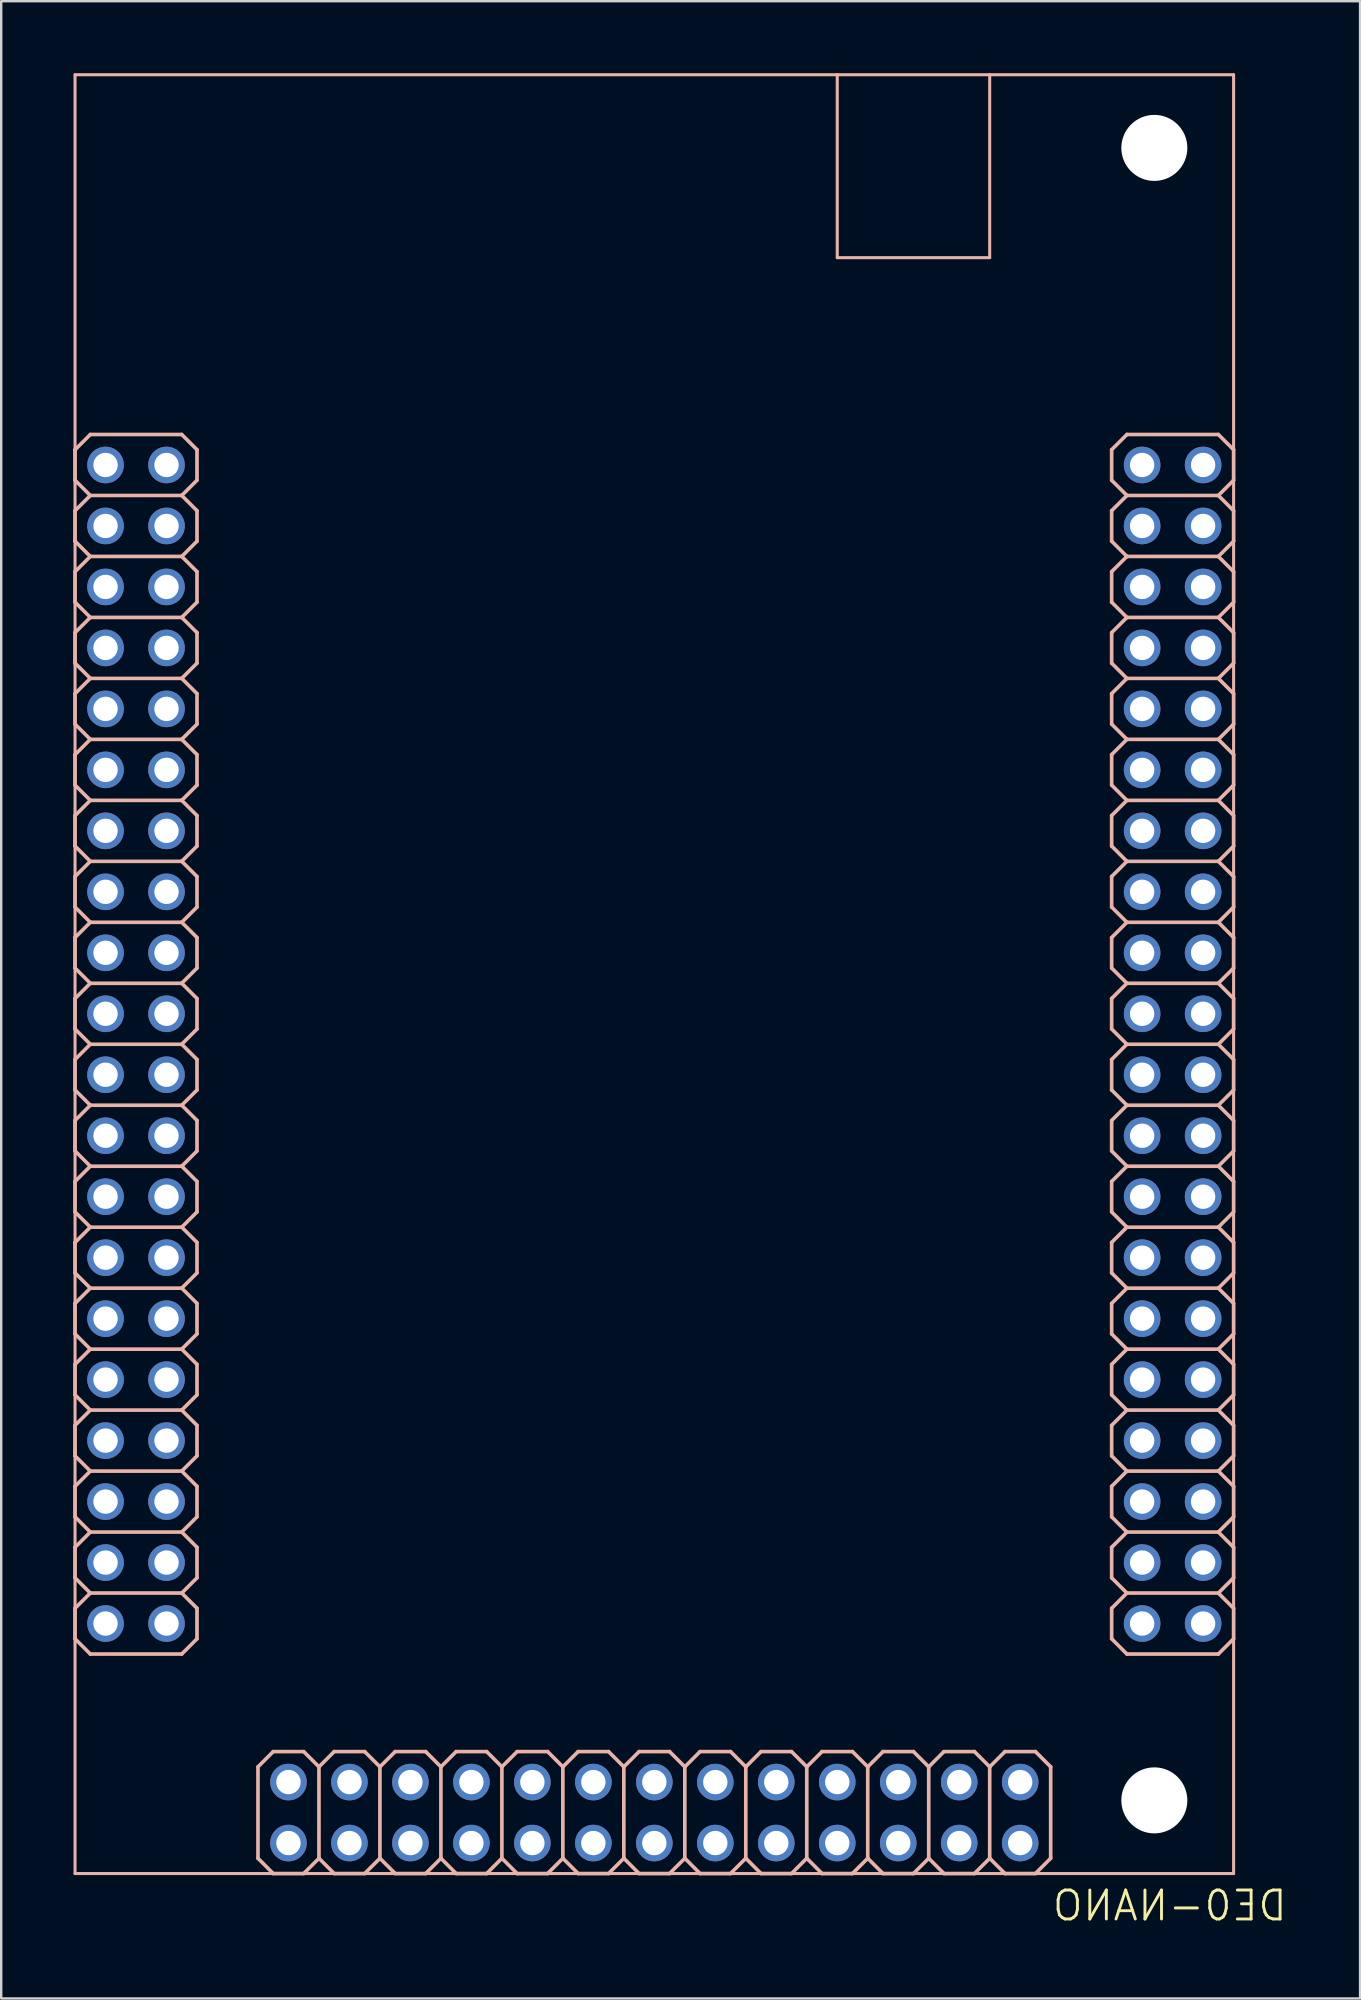
<source format=kicad_pcb>
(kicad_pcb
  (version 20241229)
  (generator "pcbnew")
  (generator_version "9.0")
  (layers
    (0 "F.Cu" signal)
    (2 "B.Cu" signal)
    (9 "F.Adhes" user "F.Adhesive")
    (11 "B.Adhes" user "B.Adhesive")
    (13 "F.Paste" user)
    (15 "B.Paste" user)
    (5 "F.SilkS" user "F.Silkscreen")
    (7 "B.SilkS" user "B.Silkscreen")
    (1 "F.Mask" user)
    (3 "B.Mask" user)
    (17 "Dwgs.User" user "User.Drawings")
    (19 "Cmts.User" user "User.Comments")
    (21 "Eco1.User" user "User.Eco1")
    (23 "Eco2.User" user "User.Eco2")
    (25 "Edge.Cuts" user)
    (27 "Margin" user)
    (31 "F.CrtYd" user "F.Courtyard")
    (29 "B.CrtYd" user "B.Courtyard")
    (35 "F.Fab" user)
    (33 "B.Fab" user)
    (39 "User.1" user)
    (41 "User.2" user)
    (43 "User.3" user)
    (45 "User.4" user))
  (footprint "DE0-NANO"
    (layer "F.Cu")
    (at 24.206 74.993)
    (property "Reference" "DE0-NANO" (at 16.51 0.635 180) (layer "F.SilkS") (effects (font (size 1.206 1.206) (thickness 0.121)) (justify right top mirror)))
    (attr through_hole)
    (fp_line (start -24.13 -74.93) (end -24.13 0) (stroke (width 0.127) (type solid)) (layer "B.SilkS"))
    (fp_line (start -24.13 -59.309) (end -24.13 -58.039) (stroke (width 0.152) (type solid)) (layer "B.SilkS"))
    (fp_line (start -24.13 -59.309) (end -23.495 -59.944) (stroke (width 0.152) (type solid)) (layer "B.SilkS"))
    (fp_line (start -24.13 -56.769) (end -24.13 -55.499) (stroke (width 0.152) (type solid)) (layer "B.SilkS"))
    (fp_line (start -24.13 -56.769) (end -23.495 -57.404) (stroke (width 0.152) (type solid)) (layer "B.SilkS"))
    (fp_line (start -24.13 -54.229) (end -24.13 -52.959) (stroke (width 0.152) (type solid)) (layer "B.SilkS"))
    (fp_line (start -24.13 -54.229) (end -23.495 -54.864) (stroke (width 0.152) (type solid)) (layer "B.SilkS"))
    (fp_line (start -24.13 -51.689) (end -24.13 -50.419) (stroke (width 0.152) (type solid)) (layer "B.SilkS"))
    (fp_line (start -24.13 -51.689) (end -23.495 -52.324) (stroke (width 0.152) (type solid)) (layer "B.SilkS"))
    (fp_line (start -24.13 -49.149) (end -24.13 -47.879) (stroke (width 0.152) (type solid)) (layer "B.SilkS"))
    (fp_line (start -24.13 -49.149) (end -23.495 -49.784) (stroke (width 0.152) (type solid)) (layer "B.SilkS"))
    (fp_line (start -24.13 -46.609) (end -24.13 -45.339) (stroke (width 0.152) (type solid)) (layer "B.SilkS"))
    (fp_line (start -24.13 -46.609) (end -23.495 -47.244) (stroke (width 0.152) (type solid)) (layer "B.SilkS"))
    (fp_line (start -24.13 -44.069) (end -24.13 -42.799) (stroke (width 0.152) (type solid)) (layer "B.SilkS"))
    (fp_line (start -24.13 -44.069) (end -23.495 -44.704) (stroke (width 0.152) (type solid)) (layer "B.SilkS"))
    (fp_line (start -24.13 -41.529) (end -24.13 -40.259) (stroke (width 0.152) (type solid)) (layer "B.SilkS"))
    (fp_line (start -24.13 -41.529) (end -23.495 -42.164) (stroke (width 0.152) (type solid)) (layer "B.SilkS"))
    (fp_line (start -24.13 -37.719) (end -24.13 -38.989) (stroke (width 0.152) (type solid)) (layer "B.SilkS"))
    (fp_line (start -24.13 -36.449) (end -23.495 -37.084) (stroke (width 0.152) (type solid)) (layer "B.SilkS"))
    (fp_line (start -24.13 -35.179) (end -24.13 -36.449) (stroke (width 0.152) (type solid)) (layer "B.SilkS"))
    (fp_line (start -24.13 -33.909) (end -23.495 -34.544) (stroke (width 0.152) (type solid)) (layer "B.SilkS"))
    (fp_line (start -24.13 -32.639) (end -24.13 -33.909) (stroke (width 0.152) (type solid)) (layer "B.SilkS"))
    (fp_line (start -24.13 -31.369) (end -23.495 -32.004) (stroke (width 0.152) (type solid)) (layer "B.SilkS"))
    (fp_line (start -24.13 -30.099) (end -24.13 -31.369) (stroke (width 0.152) (type solid)) (layer "B.SilkS"))
    (fp_line (start -24.13 -28.829) (end -23.495 -29.464) (stroke (width 0.152) (type solid)) (layer "B.SilkS"))
    (fp_line (start -24.13 -27.559) (end -24.13 -28.829) (stroke (width 0.152) (type solid)) (layer "B.SilkS"))
    (fp_line (start -24.13 -26.289) (end -23.495 -26.924) (stroke (width 0.152) (type solid)) (layer "B.SilkS"))
    (fp_line (start -24.13 -25.019) (end -24.13 -26.289) (stroke (width 0.152) (type solid)) (layer "B.SilkS"))
    (fp_line (start -24.13 -23.749) (end -23.495 -24.384) (stroke (width 0.152) (type solid)) (layer "B.SilkS"))
    (fp_line (start -24.13 -22.479) (end -24.13 -23.749) (stroke (width 0.152) (type solid)) (layer "B.SilkS"))
    (fp_line (start -24.13 -21.209) (end -23.495 -21.844) (stroke (width 0.152) (type solid)) (layer "B.SilkS"))
    (fp_line (start -24.13 -19.939) (end -24.13 -21.209) (stroke (width 0.152) (type solid)) (layer "B.SilkS"))
    (fp_line (start -24.13 -18.669) (end -23.495 -19.304) (stroke (width 0.152) (type solid)) (layer "B.SilkS"))
    (fp_line (start -24.13 -17.399) (end -24.13 -18.669) (stroke (width 0.152) (type solid)) (layer "B.SilkS"))
    (fp_line (start -24.13 -16.129) (end -23.495 -16.764) (stroke (width 0.152) (type solid)) (layer "B.SilkS"))
    (fp_line (start -24.13 -14.859) (end -24.13 -16.129) (stroke (width 0.152) (type solid)) (layer "B.SilkS"))
    (fp_line (start -24.13 -13.589) (end -23.495 -14.224) (stroke (width 0.152) (type solid)) (layer "B.SilkS"))
    (fp_line (start -24.13 -12.319) (end -24.13 -13.589) (stroke (width 0.152) (type solid)) (layer "B.SilkS"))
    (fp_line (start -24.13 -11.049) (end -23.495 -11.684) (stroke (width 0.152) (type solid)) (layer "B.SilkS"))
    (fp_line (start -24.13 -9.779) (end -24.13 -11.049) (stroke (width 0.152) (type solid)) (layer "B.SilkS"))
    (fp_line (start -24.13 0) (end 24.13 0) (stroke (width 0.127) (type solid)) (layer "B.SilkS"))
    (fp_line (start -23.495 -59.944) (end -19.685 -59.944) (stroke (width 0.152) (type solid)) (layer "B.SilkS"))
    (fp_line (start -23.495 -57.404) (end -24.13 -58.039) (stroke (width 0.152) (type solid)) (layer "B.SilkS"))
    (fp_line (start -23.495 -57.404) (end -19.685 -57.404) (stroke (width 0.152) (type solid)) (layer "B.SilkS"))
    (fp_line (start -23.495 -54.864) (end -24.13 -55.499) (stroke (width 0.152) (type solid)) (layer "B.SilkS"))
    (fp_line (start -23.495 -54.864) (end -19.685 -54.864) (stroke (width 0.152) (type solid)) (layer "B.SilkS"))
    (fp_line (start -23.495 -52.324) (end -24.13 -52.959) (stroke (width 0.152) (type solid)) (layer "B.SilkS"))
    (fp_line (start -23.495 -52.324) (end -19.685 -52.324) (stroke (width 0.152) (type solid)) (layer "B.SilkS"))
    (fp_line (start -23.495 -49.784) (end -24.13 -50.419) (stroke (width 0.152) (type solid)) (layer "B.SilkS"))
    (fp_line (start -23.495 -49.784) (end -19.685 -49.784) (stroke (width 0.152) (type solid)) (layer "B.SilkS"))
    (fp_line (start -23.495 -47.244) (end -24.13 -47.879) (stroke (width 0.152) (type solid)) (layer "B.SilkS"))
    (fp_line (start -23.495 -47.244) (end -19.685 -47.244) (stroke (width 0.152) (type solid)) (layer "B.SilkS"))
    (fp_line (start -23.495 -44.704) (end -24.13 -45.339) (stroke (width 0.152) (type solid)) (layer "B.SilkS"))
    (fp_line (start -23.495 -44.704) (end -19.685 -44.704) (stroke (width 0.152) (type solid)) (layer "B.SilkS"))
    (fp_line (start -23.495 -42.164) (end -24.13 -42.799) (stroke (width 0.152) (type solid)) (layer "B.SilkS"))
    (fp_line (start -23.495 -42.164) (end -19.685 -42.164) (stroke (width 0.152) (type solid)) (layer "B.SilkS"))
    (fp_line (start -23.495 -39.624) (end -24.13 -40.259) (stroke (width 0.152) (type solid)) (layer "B.SilkS"))
    (fp_line (start -23.495 -39.624) (end -24.13 -38.989) (stroke (width 0.152) (type solid)) (layer "B.SilkS"))
    (fp_line (start -23.495 -39.624) (end -19.685 -39.624) (stroke (width 0.152) (type solid)) (layer "B.SilkS"))
    (fp_line (start -23.495 -37.084) (end -24.13 -37.719) (stroke (width 0.152) (type solid)) (layer "B.SilkS"))
    (fp_line (start -23.495 -37.084) (end -19.685 -37.084) (stroke (width 0.152) (type solid)) (layer "B.SilkS"))
    (fp_line (start -23.495 -34.544) (end -24.13 -35.179) (stroke (width 0.152) (type solid)) (layer "B.SilkS"))
    (fp_line (start -23.495 -34.544) (end -19.685 -34.544) (stroke (width 0.152) (type solid)) (layer "B.SilkS"))
    (fp_line (start -23.495 -32.004) (end -24.13 -32.639) (stroke (width 0.152) (type solid)) (layer "B.SilkS"))
    (fp_line (start -23.495 -32.004) (end -19.685 -32.004) (stroke (width 0.152) (type solid)) (layer "B.SilkS"))
    (fp_line (start -23.495 -29.464) (end -24.13 -30.099) (stroke (width 0.152) (type solid)) (layer "B.SilkS"))
    (fp_line (start -23.495 -29.464) (end -19.685 -29.464) (stroke (width 0.152) (type solid)) (layer "B.SilkS"))
    (fp_line (start -23.495 -26.924) (end -24.13 -27.559) (stroke (width 0.152) (type solid)) (layer "B.SilkS"))
    (fp_line (start -23.495 -26.924) (end -19.685 -26.924) (stroke (width 0.152) (type solid)) (layer "B.SilkS"))
    (fp_line (start -23.495 -24.384) (end -24.13 -25.019) (stroke (width 0.152) (type solid)) (layer "B.SilkS"))
    (fp_line (start -23.495 -24.384) (end -19.685 -24.384) (stroke (width 0.152) (type solid)) (layer "B.SilkS"))
    (fp_line (start -23.495 -21.844) (end -24.13 -22.479) (stroke (width 0.152) (type solid)) (layer "B.SilkS"))
    (fp_line (start -23.495 -21.844) (end -19.685 -21.844) (stroke (width 0.152) (type solid)) (layer "B.SilkS"))
    (fp_line (start -23.495 -19.304) (end -24.13 -19.939) (stroke (width 0.152) (type solid)) (layer "B.SilkS"))
    (fp_line (start -23.495 -19.304) (end -19.685 -19.304) (stroke (width 0.152) (type solid)) (layer "B.SilkS"))
    (fp_line (start -23.495 -16.764) (end -24.13 -17.399) (stroke (width 0.152) (type solid)) (layer "B.SilkS"))
    (fp_line (start -23.495 -16.764) (end -19.685 -16.764) (stroke (width 0.152) (type solid)) (layer "B.SilkS"))
    (fp_line (start -23.495 -14.224) (end -24.13 -14.859) (stroke (width 0.152) (type solid)) (layer "B.SilkS"))
    (fp_line (start -23.495 -14.224) (end -19.685 -14.224) (stroke (width 0.152) (type solid)) (layer "B.SilkS"))
    (fp_line (start -23.495 -11.684) (end -24.13 -12.319) (stroke (width 0.152) (type solid)) (layer "B.SilkS"))
    (fp_line (start -23.495 -11.684) (end -19.685 -11.684) (stroke (width 0.152) (type solid)) (layer "B.SilkS"))
    (fp_line (start -23.495 -9.144) (end -24.13 -9.779) (stroke (width 0.152) (type solid)) (layer "B.SilkS"))
    (fp_line (start -19.685 -59.944) (end -19.05 -59.309) (stroke (width 0.152) (type solid)) (layer "B.SilkS"))
    (fp_line (start -19.685 -57.404) (end -19.05 -58.039) (stroke (width 0.152) (type solid)) (layer "B.SilkS"))
    (fp_line (start -19.685 -57.404) (end -19.05 -56.769) (stroke (width 0.152) (type solid)) (layer "B.SilkS"))
    (fp_line (start -19.685 -54.864) (end -19.05 -55.499) (stroke (width 0.152) (type solid)) (layer "B.SilkS"))
    (fp_line (start -19.685 -54.864) (end -19.05 -54.229) (stroke (width 0.152) (type solid)) (layer "B.SilkS"))
    (fp_line (start -19.685 -52.324) (end -19.05 -52.959) (stroke (width 0.152) (type solid)) (layer "B.SilkS"))
    (fp_line (start -19.685 -52.324) (end -19.05 -51.689) (stroke (width 0.152) (type solid)) (layer "B.SilkS"))
    (fp_line (start -19.685 -49.784) (end -19.05 -50.419) (stroke (width 0.152) (type solid)) (layer "B.SilkS"))
    (fp_line (start -19.685 -49.784) (end -19.05 -49.149) (stroke (width 0.152) (type solid)) (layer "B.SilkS"))
    (fp_line (start -19.685 -47.244) (end -19.05 -46.609) (stroke (width 0.152) (type solid)) (layer "B.SilkS"))
    (fp_line (start -19.685 -44.704) (end -19.05 -44.069) (stroke (width 0.152) (type solid)) (layer "B.SilkS"))
    (fp_line (start -19.685 -42.164) (end -19.05 -42.799) (stroke (width 0.152) (type solid)) (layer "B.SilkS"))
    (fp_line (start -19.685 -42.164) (end -19.05 -41.529) (stroke (width 0.152) (type solid)) (layer "B.SilkS"))
    (fp_line (start -19.685 -39.624) (end -19.05 -40.259) (stroke (width 0.152) (type solid)) (layer "B.SilkS"))
    (fp_line (start -19.685 -39.624) (end -19.05 -38.989) (stroke (width 0.152) (type solid)) (layer "B.SilkS"))
    (fp_line (start -19.685 -37.084) (end -19.05 -37.719) (stroke (width 0.152) (type solid)) (layer "B.SilkS"))
    (fp_line (start -19.685 -37.084) (end -19.05 -36.449) (stroke (width 0.152) (type solid)) (layer "B.SilkS"))
    (fp_line (start -19.685 -34.544) (end -19.05 -35.179) (stroke (width 0.152) (type solid)) (layer "B.SilkS"))
    (fp_line (start -19.685 -34.544) (end -19.05 -33.909) (stroke (width 0.152) (type solid)) (layer "B.SilkS"))
    (fp_line (start -19.685 -32.004) (end -19.05 -32.639) (stroke (width 0.152) (type solid)) (layer "B.SilkS"))
    (fp_line (start -19.685 -32.004) (end -19.05 -31.369) (stroke (width 0.152) (type solid)) (layer "B.SilkS"))
    (fp_line (start -19.685 -29.464) (end -19.05 -30.099) (stroke (width 0.152) (type solid)) (layer "B.SilkS"))
    (fp_line (start -19.685 -29.464) (end -19.05 -28.829) (stroke (width 0.152) (type solid)) (layer "B.SilkS"))
    (fp_line (start -19.685 -26.924) (end -19.05 -27.559) (stroke (width 0.152) (type solid)) (layer "B.SilkS"))
    (fp_line (start -19.685 -26.924) (end -19.05 -26.289) (stroke (width 0.152) (type solid)) (layer "B.SilkS"))
    (fp_line (start -19.685 -24.384) (end -19.05 -25.019) (stroke (width 0.152) (type solid)) (layer "B.SilkS"))
    (fp_line (start -19.685 -21.844) (end -19.05 -22.479) (stroke (width 0.152) (type solid)) (layer "B.SilkS"))
    (fp_line (start -19.685 -19.304) (end -19.05 -19.939) (stroke (width 0.152) (type solid)) (layer "B.SilkS"))
    (fp_line (start -19.685 -16.764) (end -19.05 -17.399) (stroke (width 0.152) (type solid)) (layer "B.SilkS"))
    (fp_line (start -19.685 -14.224) (end -19.05 -14.859) (stroke (width 0.152) (type solid)) (layer "B.SilkS"))
    (fp_line (start -19.685 -11.684) (end -19.05 -12.319) (stroke (width 0.152) (type solid)) (layer "B.SilkS"))
    (fp_line (start -19.685 -9.144) (end -23.495 -9.144) (stroke (width 0.152) (type solid)) (layer "B.SilkS"))
    (fp_line (start -19.685 -9.144) (end -19.05 -9.779) (stroke (width 0.152) (type solid)) (layer "B.SilkS"))
    (fp_line (start -19.05 -59.309) (end -19.05 -58.039) (stroke (width 0.152) (type solid)) (layer "B.SilkS"))
    (fp_line (start -19.05 -56.769) (end -19.05 -55.499) (stroke (width 0.152) (type solid)) (layer "B.SilkS"))
    (fp_line (start -19.05 -54.229) (end -19.05 -52.959) (stroke (width 0.152) (type solid)) (layer "B.SilkS"))
    (fp_line (start -19.05 -51.689) (end -19.05 -50.419) (stroke (width 0.152) (type solid)) (layer "B.SilkS"))
    (fp_line (start -19.05 -47.879) (end -19.685 -47.244) (stroke (width 0.152) (type solid)) (layer "B.SilkS"))
    (fp_line (start -19.05 -47.879) (end -19.05 -49.149) (stroke (width 0.152) (type solid)) (layer "B.SilkS"))
    (fp_line (start -19.05 -45.339) (end -19.685 -44.704) (stroke (width 0.152) (type solid)) (layer "B.SilkS"))
    (fp_line (start -19.05 -45.339) (end -19.05 -46.609) (stroke (width 0.152) (type solid)) (layer "B.SilkS"))
    (fp_line (start -19.05 -44.069) (end -19.05 -42.799) (stroke (width 0.152) (type solid)) (layer "B.SilkS"))
    (fp_line (start -19.05 -41.529) (end -19.05 -40.259) (stroke (width 0.152) (type solid)) (layer "B.SilkS"))
    (fp_line (start -19.05 -38.989) (end -19.05 -37.719) (stroke (width 0.152) (type solid)) (layer "B.SilkS"))
    (fp_line (start -19.05 -36.449) (end -19.05 -35.179) (stroke (width 0.152) (type solid)) (layer "B.SilkS"))
    (fp_line (start -19.05 -33.909) (end -19.05 -32.639) (stroke (width 0.152) (type solid)) (layer "B.SilkS"))
    (fp_line (start -19.05 -31.369) (end -19.05 -30.099) (stroke (width 0.152) (type solid)) (layer "B.SilkS"))
    (fp_line (start -19.05 -28.829) (end -19.05 -27.559) (stroke (width 0.152) (type solid)) (layer "B.SilkS"))
    (fp_line (start -19.05 -26.289) (end -19.05 -25.019) (stroke (width 0.152) (type solid)) (layer "B.SilkS"))
    (fp_line (start -19.05 -23.749) (end -19.685 -24.384) (stroke (width 0.152) (type solid)) (layer "B.SilkS"))
    (fp_line (start -19.05 -22.479) (end -19.05 -23.749) (stroke (width 0.152) (type solid)) (layer "B.SilkS"))
    (fp_line (start -19.05 -21.209) (end -19.685 -21.844) (stroke (width 0.152) (type solid)) (layer "B.SilkS"))
    (fp_line (start -19.05 -19.939) (end -19.05 -21.209) (stroke (width 0.152) (type solid)) (layer "B.SilkS"))
    (fp_line (start -19.05 -18.669) (end -19.685 -19.304) (stroke (width 0.152) (type solid)) (layer "B.SilkS"))
    (fp_line (start -19.05 -17.399) (end -19.05 -18.669) (stroke (width 0.152) (type solid)) (layer "B.SilkS"))
    (fp_line (start -19.05 -16.129) (end -19.685 -16.764) (stroke (width 0.152) (type solid)) (layer "B.SilkS"))
    (fp_line (start -19.05 -14.859) (end -19.05 -16.129) (stroke (width 0.152) (type solid)) (layer "B.SilkS"))
    (fp_line (start -19.05 -13.589) (end -19.685 -14.224) (stroke (width 0.152) (type solid)) (layer "B.SilkS"))
    (fp_line (start -19.05 -12.319) (end -19.05 -13.589) (stroke (width 0.152) (type solid)) (layer "B.SilkS"))
    (fp_line (start -19.05 -11.049) (end -19.685 -11.684) (stroke (width 0.152) (type solid)) (layer "B.SilkS"))
    (fp_line (start -19.05 -9.779) (end -19.05 -11.049) (stroke (width 0.152) (type solid)) (layer "B.SilkS"))
    (fp_line (start -16.51 -4.445) (end -15.875 -5.08) (stroke (width 0.152) (type solid)) (layer "B.SilkS"))
    (fp_line (start -16.51 -0.635) (end -16.51 -4.445) (stroke (width 0.152) (type solid)) (layer "B.SilkS"))
    (fp_line (start -15.875 -5.08) (end -14.605 -5.08) (stroke (width 0.152) (type solid)) (layer "B.SilkS"))
    (fp_line (start -15.875 0) (end -16.51 -0.635) (stroke (width 0.152) (type solid)) (layer "B.SilkS"))
    (fp_line (start -15.875 0) (end -14.605 0) (stroke (width 0.152) (type solid)) (layer "B.SilkS"))
    (fp_line (start -13.97 -4.445) (end -14.605 -5.08) (stroke (width 0.152) (type solid)) (layer "B.SilkS"))
    (fp_line (start -13.97 -4.445) (end -13.335 -5.08) (stroke (width 0.152) (type solid)) (layer "B.SilkS"))
    (fp_line (start -13.97 -0.635) (end -14.605 0) (stroke (width 0.152) (type solid)) (layer "B.SilkS"))
    (fp_line (start -13.97 -0.635) (end -13.97 -4.445) (stroke (width 0.152) (type solid)) (layer "B.SilkS"))
    (fp_line (start -13.97 -0.635) (end -13.335 0) (stroke (width 0.152) (type solid)) (layer "B.SilkS"))
    (fp_line (start -13.335 -5.08) (end -12.065 -5.08) (stroke (width 0.152) (type solid)) (layer "B.SilkS"))
    (fp_line (start -12.065 0) (end -13.335 0) (stroke (width 0.152) (type solid)) (layer "B.SilkS"))
    (fp_line (start -11.43 -4.445) (end -12.065 -5.08) (stroke (width 0.152) (type solid)) (layer "B.SilkS"))
    (fp_line (start -11.43 -4.445) (end -10.795 -5.08) (stroke (width 0.152) (type solid)) (layer "B.SilkS"))
    (fp_line (start -11.43 -0.635) (end -12.065 0) (stroke (width 0.152) (type solid)) (layer "B.SilkS"))
    (fp_line (start -11.43 -0.635) (end -11.43 -4.445) (stroke (width 0.152) (type solid)) (layer "B.SilkS"))
    (fp_line (start -10.795 -5.08) (end -9.525 -5.08) (stroke (width 0.152) (type solid)) (layer "B.SilkS"))
    (fp_line (start -10.795 0) (end -11.43 -0.635) (stroke (width 0.152) (type solid)) (layer "B.SilkS"))
    (fp_line (start -9.525 0) (end -10.795 0) (stroke (width 0.152) (type solid)) (layer "B.SilkS"))
    (fp_line (start -8.89 -4.445) (end -9.525 -5.08) (stroke (width 0.152) (type solid)) (layer "B.SilkS"))
    (fp_line (start -8.89 -4.445) (end -8.255 -5.08) (stroke (width 0.152) (type solid)) (layer "B.SilkS"))
    (fp_line (start -8.89 -0.635) (end -9.525 0) (stroke (width 0.152) (type solid)) (layer "B.SilkS"))
    (fp_line (start -8.89 -0.635) (end -8.89 -4.445) (stroke (width 0.152) (type solid)) (layer "B.SilkS"))
    (fp_line (start -8.255 -5.08) (end -6.985 -5.08) (stroke (width 0.152) (type solid)) (layer "B.SilkS"))
    (fp_line (start -8.255 0) (end -8.89 -0.635) (stroke (width 0.152) (type solid)) (layer "B.SilkS"))
    (fp_line (start -6.985 0) (end -8.255 0) (stroke (width 0.152) (type solid)) (layer "B.SilkS"))
    (fp_line (start -6.35 -4.445) (end -6.985 -5.08) (stroke (width 0.152) (type solid)) (layer "B.SilkS"))
    (fp_line (start -6.35 -4.445) (end -5.715 -5.08) (stroke (width 0.152) (type solid)) (layer "B.SilkS"))
    (fp_line (start -6.35 -0.635) (end -6.985 0) (stroke (width 0.152) (type solid)) (layer "B.SilkS"))
    (fp_line (start -6.35 -0.635) (end -6.35 -4.445) (stroke (width 0.152) (type solid)) (layer "B.SilkS"))
    (fp_line (start -5.715 -5.08) (end -4.445 -5.08) (stroke (width 0.152) (type solid)) (layer "B.SilkS"))
    (fp_line (start -5.715 0) (end -6.35 -0.635) (stroke (width 0.152) (type solid)) (layer "B.SilkS"))
    (fp_line (start -4.445 0) (end -5.715 0) (stroke (width 0.152) (type solid)) (layer "B.SilkS"))
    (fp_line (start -3.81 -4.445) (end -4.445 -5.08) (stroke (width 0.152) (type solid)) (layer "B.SilkS"))
    (fp_line (start -3.81 -4.445) (end -3.175 -5.08) (stroke (width 0.152) (type solid)) (layer "B.SilkS"))
    (fp_line (start -3.81 -0.635) (end -4.445 0) (stroke (width 0.152) (type solid)) (layer "B.SilkS"))
    (fp_line (start -3.81 -0.635) (end -3.81 -4.445) (stroke (width 0.152) (type solid)) (layer "B.SilkS"))
    (fp_line (start -3.175 -5.08) (end -1.905 -5.08) (stroke (width 0.152) (type solid)) (layer "B.SilkS"))
    (fp_line (start -3.175 0) (end -3.81 -0.635) (stroke (width 0.152) (type solid)) (layer "B.SilkS"))
    (fp_line (start -1.905 0) (end -3.175 0) (stroke (width 0.152) (type solid)) (layer "B.SilkS"))
    (fp_line (start -1.27 -4.445) (end -1.905 -5.08) (stroke (width 0.152) (type solid)) (layer "B.SilkS"))
    (fp_line (start -1.27 -4.445) (end -0.635 -5.08) (stroke (width 0.152) (type solid)) (layer "B.SilkS"))
    (fp_line (start -1.27 -0.635) (end -1.905 0) (stroke (width 0.152) (type solid)) (layer "B.SilkS"))
    (fp_line (start -1.27 -0.635) (end -1.27 -4.445) (stroke (width 0.152) (type solid)) (layer "B.SilkS"))
    (fp_line (start -0.635 -5.08) (end 0.635 -5.08) (stroke (width 0.152) (type solid)) (layer "B.SilkS"))
    (fp_line (start -0.635 0) (end -1.27 -0.635) (stroke (width 0.152) (type solid)) (layer "B.SilkS"))
    (fp_line (start 0.635 0) (end -0.635 0) (stroke (width 0.152) (type solid)) (layer "B.SilkS"))
    (fp_line (start 1.27 -4.445) (end 0.635 -5.08) (stroke (width 0.152) (type solid)) (layer "B.SilkS"))
    (fp_line (start 1.27 -0.635) (end 0.635 0) (stroke (width 0.152) (type solid)) (layer "B.SilkS"))
    (fp_line (start 1.27 -0.635) (end 1.27 -4.445) (stroke (width 0.152) (type solid)) (layer "B.SilkS"))
    (fp_line (start 1.905 -5.08) (end 1.27 -4.445) (stroke (width 0.152) (type solid)) (layer "B.SilkS"))
    (fp_line (start 1.905 0) (end 1.27 -0.635) (stroke (width 0.152) (type solid)) (layer "B.SilkS"))
    (fp_line (start 3.175 -5.08) (end 1.905 -5.08) (stroke (width 0.152) (type solid)) (layer "B.SilkS"))
    (fp_line (start 3.175 0) (end 1.905 0) (stroke (width 0.152) (type solid)) (layer "B.SilkS"))
    (fp_line (start 3.81 -4.445) (end 3.175 -5.08) (stroke (width 0.152) (type solid)) (layer "B.SilkS"))
    (fp_line (start 3.81 -0.635) (end 3.175 0) (stroke (width 0.152) (type solid)) (layer "B.SilkS"))
    (fp_line (start 3.81 -0.635) (end 3.81 -4.445) (stroke (width 0.152) (type solid)) (layer "B.SilkS"))
    (fp_line (start 4.445 -5.08) (end 3.81 -4.445) (stroke (width 0.152) (type solid)) (layer "B.SilkS"))
    (fp_line (start 4.445 0) (end 3.81 -0.635) (stroke (width 0.152) (type solid)) (layer "B.SilkS"))
    (fp_line (start 5.715 -5.08) (end 4.445 -5.08) (stroke (width 0.152) (type solid)) (layer "B.SilkS"))
    (fp_line (start 5.715 0) (end 4.445 0) (stroke (width 0.152) (type solid)) (layer "B.SilkS"))
    (fp_line (start 6.35 -4.445) (end 5.715 -5.08) (stroke (width 0.152) (type solid)) (layer "B.SilkS"))
    (fp_line (start 6.35 -0.635) (end 5.715 0) (stroke (width 0.152) (type solid)) (layer "B.SilkS"))
    (fp_line (start 6.35 -0.635) (end 6.35 -4.445) (stroke (width 0.152) (type solid)) (layer "B.SilkS"))
    (fp_line (start 6.985 -5.08) (end 6.35 -4.445) (stroke (width 0.152) (type solid)) (layer "B.SilkS"))
    (fp_line (start 6.985 0) (end 6.35 -0.635) (stroke (width 0.152) (type solid)) (layer "B.SilkS"))
    (fp_line (start 7.62 -74.93) (end -24.13 -74.93) (stroke (width 0.127) (type solid)) (layer "B.SilkS"))
    (fp_line (start 7.62 -67.31) (end 7.62 -74.93) (stroke (width 0.127) (type solid)) (layer "B.SilkS"))
    (fp_line (start 8.255 -5.08) (end 6.985 -5.08) (stroke (width 0.152) (type solid)) (layer "B.SilkS"))
    (fp_line (start 8.255 0) (end 6.985 0) (stroke (width 0.152) (type solid)) (layer "B.SilkS"))
    (fp_line (start 8.89 -4.445) (end 8.255 -5.08) (stroke (width 0.152) (type solid)) (layer "B.SilkS"))
    (fp_line (start 8.89 -0.635) (end 8.255 0) (stroke (width 0.152) (type solid)) (layer "B.SilkS"))
    (fp_line (start 8.89 -0.635) (end 8.89 -4.445) (stroke (width 0.152) (type solid)) (layer "B.SilkS"))
    (fp_line (start 9.525 -5.08) (end 8.89 -4.445) (stroke (width 0.152) (type solid)) (layer "B.SilkS"))
    (fp_line (start 9.525 0) (end 8.89 -0.635) (stroke (width 0.152) (type solid)) (layer "B.SilkS"))
    (fp_line (start 10.795 -5.08) (end 9.525 -5.08) (stroke (width 0.152) (type solid)) (layer "B.SilkS"))
    (fp_line (start 10.795 0) (end 9.525 0) (stroke (width 0.152) (type solid)) (layer "B.SilkS"))
    (fp_line (start 11.43 -4.445) (end 10.795 -5.08) (stroke (width 0.152) (type solid)) (layer "B.SilkS"))
    (fp_line (start 11.43 -0.635) (end 10.795 0) (stroke (width 0.152) (type solid)) (layer "B.SilkS"))
    (fp_line (start 11.43 -0.635) (end 11.43 -4.445) (stroke (width 0.152) (type solid)) (layer "B.SilkS"))
    (fp_line (start 12.065 -5.08) (end 11.43 -4.445) (stroke (width 0.152) (type solid)) (layer "B.SilkS"))
    (fp_line (start 12.065 0) (end 11.43 -0.635) (stroke (width 0.152) (type solid)) (layer "B.SilkS"))
    (fp_line (start 13.335 -5.08) (end 12.065 -5.08) (stroke (width 0.152) (type solid)) (layer "B.SilkS"))
    (fp_line (start 13.335 0) (end 12.065 0) (stroke (width 0.152) (type solid)) (layer "B.SilkS"))
    (fp_line (start 13.97 -74.93) (end 7.62 -74.93) (stroke (width 0.127) (type solid)) (layer "B.SilkS"))
    (fp_line (start 13.97 -74.93) (end 13.97 -67.31) (stroke (width 0.127) (type solid)) (layer "B.SilkS"))
    (fp_line (start 13.97 -67.31) (end 7.62 -67.31) (stroke (width 0.127) (type solid)) (layer "B.SilkS"))
    (fp_line (start 13.97 -4.445) (end 13.335 -5.08) (stroke (width 0.152) (type solid)) (layer "B.SilkS"))
    (fp_line (start 13.97 -0.635) (end 13.335 0) (stroke (width 0.152) (type solid)) (layer "B.SilkS"))
    (fp_line (start 13.97 -0.635) (end 13.97 -4.445) (stroke (width 0.152) (type solid)) (layer "B.SilkS"))
    (fp_line (start 14.605 -5.08) (end 13.97 -4.445) (stroke (width 0.152) (type solid)) (layer "B.SilkS"))
    (fp_line (start 14.605 0) (end 13.97 -0.635) (stroke (width 0.152) (type solid)) (layer "B.SilkS"))
    (fp_line (start 15.875 -5.08) (end 14.605 -5.08) (stroke (width 0.152) (type solid)) (layer "B.SilkS"))
    (fp_line (start 15.875 0) (end 14.605 0) (stroke (width 0.152) (type solid)) (layer "B.SilkS"))
    (fp_line (start 16.51 -4.445) (end 15.875 -5.08) (stroke (width 0.152) (type solid)) (layer "B.SilkS"))
    (fp_line (start 16.51 -4.445) (end 16.51 -0.635) (stroke (width 0.152) (type solid)) (layer "B.SilkS"))
    (fp_line (start 16.51 -0.635) (end 15.875 0) (stroke (width 0.152) (type solid)) (layer "B.SilkS"))
    (fp_line (start 19.05 -59.309) (end 19.05 -58.039) (stroke (width 0.152) (type solid)) (layer "B.SilkS"))
    (fp_line (start 19.05 -58.039) (end 19.685 -57.404) (stroke (width 0.152) (type solid)) (layer "B.SilkS"))
    (fp_line (start 19.05 -56.769) (end 19.05 -55.499) (stroke (width 0.152) (type solid)) (layer "B.SilkS"))
    (fp_line (start 19.05 -55.499) (end 19.685 -54.864) (stroke (width 0.152) (type solid)) (layer "B.SilkS"))
    (fp_line (start 19.05 -54.229) (end 19.05 -52.959) (stroke (width 0.152) (type solid)) (layer "B.SilkS"))
    (fp_line (start 19.05 -52.959) (end 19.685 -52.324) (stroke (width 0.152) (type solid)) (layer "B.SilkS"))
    (fp_line (start 19.05 -51.689) (end 19.05 -50.419) (stroke (width 0.152) (type solid)) (layer "B.SilkS"))
    (fp_line (start 19.05 -50.419) (end 19.685 -49.784) (stroke (width 0.152) (type solid)) (layer "B.SilkS"))
    (fp_line (start 19.05 -49.149) (end 19.05 -47.879) (stroke (width 0.152) (type solid)) (layer "B.SilkS"))
    (fp_line (start 19.05 -47.879) (end 19.685 -47.244) (stroke (width 0.152) (type solid)) (layer "B.SilkS"))
    (fp_line (start 19.05 -46.609) (end 19.05 -45.339) (stroke (width 0.152) (type solid)) (layer "B.SilkS"))
    (fp_line (start 19.05 -45.339) (end 19.685 -44.704) (stroke (width 0.152) (type solid)) (layer "B.SilkS"))
    (fp_line (start 19.05 -42.799) (end 19.05 -44.069) (stroke (width 0.152) (type solid)) (layer "B.SilkS"))
    (fp_line (start 19.05 -40.259) (end 19.05 -41.529) (stroke (width 0.152) (type solid)) (layer "B.SilkS"))
    (fp_line (start 19.05 -37.719) (end 19.05 -38.989) (stroke (width 0.152) (type solid)) (layer "B.SilkS"))
    (fp_line (start 19.05 -35.179) (end 19.05 -36.449) (stroke (width 0.152) (type solid)) (layer "B.SilkS"))
    (fp_line (start 19.05 -32.639) (end 19.05 -33.909) (stroke (width 0.152) (type solid)) (layer "B.SilkS"))
    (fp_line (start 19.05 -30.099) (end 19.05 -31.369) (stroke (width 0.152) (type solid)) (layer "B.SilkS"))
    (fp_line (start 19.05 -27.559) (end 19.05 -28.829) (stroke (width 0.152) (type solid)) (layer "B.SilkS"))
    (fp_line (start 19.05 -25.019) (end 19.05 -26.289) (stroke (width 0.152) (type solid)) (layer "B.SilkS"))
    (fp_line (start 19.05 -23.749) (end 19.05 -22.479) (stroke (width 0.152) (type solid)) (layer "B.SilkS"))
    (fp_line (start 19.05 -23.749) (end 19.685 -24.384) (stroke (width 0.152) (type solid)) (layer "B.SilkS"))
    (fp_line (start 19.05 -21.209) (end 19.05 -19.939) (stroke (width 0.152) (type solid)) (layer "B.SilkS"))
    (fp_line (start 19.05 -21.209) (end 19.685 -21.844) (stroke (width 0.152) (type solid)) (layer "B.SilkS"))
    (fp_line (start 19.05 -17.399) (end 19.05 -18.669) (stroke (width 0.152) (type solid)) (layer "B.SilkS"))
    (fp_line (start 19.05 -14.859) (end 19.05 -16.129) (stroke (width 0.152) (type solid)) (layer "B.SilkS"))
    (fp_line (start 19.05 -12.319) (end 19.05 -13.589) (stroke (width 0.152) (type solid)) (layer "B.SilkS"))
    (fp_line (start 19.05 -9.779) (end 19.05 -11.049) (stroke (width 0.152) (type solid)) (layer "B.SilkS"))
    (fp_line (start 19.685 -59.944) (end 19.05 -59.309) (stroke (width 0.152) (type solid)) (layer "B.SilkS"))
    (fp_line (start 19.685 -59.944) (end 23.495 -59.944) (stroke (width 0.152) (type solid)) (layer "B.SilkS"))
    (fp_line (start 19.685 -57.404) (end 19.05 -56.769) (stroke (width 0.152) (type solid)) (layer "B.SilkS"))
    (fp_line (start 19.685 -54.864) (end 19.05 -54.229) (stroke (width 0.152) (type solid)) (layer "B.SilkS"))
    (fp_line (start 19.685 -52.324) (end 19.05 -51.689) (stroke (width 0.152) (type solid)) (layer "B.SilkS"))
    (fp_line (start 19.685 -49.784) (end 19.05 -49.149) (stroke (width 0.152) (type solid)) (layer "B.SilkS"))
    (fp_line (start 19.685 -47.244) (end 19.05 -46.609) (stroke (width 0.152) (type solid)) (layer "B.SilkS"))
    (fp_line (start 19.685 -44.704) (end 19.05 -44.069) (stroke (width 0.152) (type solid)) (layer "B.SilkS"))
    (fp_line (start 19.685 -42.164) (end 19.05 -42.799) (stroke (width 0.152) (type solid)) (layer "B.SilkS"))
    (fp_line (start 19.685 -42.164) (end 19.05 -41.529) (stroke (width 0.152) (type solid)) (layer "B.SilkS"))
    (fp_line (start 19.685 -39.624) (end 19.05 -40.259) (stroke (width 0.152) (type solid)) (layer "B.SilkS"))
    (fp_line (start 19.685 -39.624) (end 19.05 -38.989) (stroke (width 0.152) (type solid)) (layer "B.SilkS"))
    (fp_line (start 19.685 -37.084) (end 19.05 -37.719) (stroke (width 0.152) (type solid)) (layer "B.SilkS"))
    (fp_line (start 19.685 -37.084) (end 19.05 -36.449) (stroke (width 0.152) (type solid)) (layer "B.SilkS"))
    (fp_line (start 19.685 -34.544) (end 19.05 -35.179) (stroke (width 0.152) (type solid)) (layer "B.SilkS"))
    (fp_line (start 19.685 -34.544) (end 19.05 -33.909) (stroke (width 0.152) (type solid)) (layer "B.SilkS"))
    (fp_line (start 19.685 -32.004) (end 19.05 -32.639) (stroke (width 0.152) (type solid)) (layer "B.SilkS"))
    (fp_line (start 19.685 -32.004) (end 19.05 -31.369) (stroke (width 0.152) (type solid)) (layer "B.SilkS"))
    (fp_line (start 19.685 -29.464) (end 19.05 -30.099) (stroke (width 0.152) (type solid)) (layer "B.SilkS"))
    (fp_line (start 19.685 -29.464) (end 19.05 -28.829) (stroke (width 0.152) (type solid)) (layer "B.SilkS"))
    (fp_line (start 19.685 -26.924) (end 19.05 -27.559) (stroke (width 0.152) (type solid)) (layer "B.SilkS"))
    (fp_line (start 19.685 -26.924) (end 19.05 -26.289) (stroke (width 0.152) (type solid)) (layer "B.SilkS"))
    (fp_line (start 19.685 -24.384) (end 19.05 -25.019) (stroke (width 0.152) (type solid)) (layer "B.SilkS"))
    (fp_line (start 19.685 -21.844) (end 19.05 -22.479) (stroke (width 0.152) (type solid)) (layer "B.SilkS"))
    (fp_line (start 19.685 -19.304) (end 19.05 -19.939) (stroke (width 0.152) (type solid)) (layer "B.SilkS"))
    (fp_line (start 19.685 -19.304) (end 19.05 -18.669) (stroke (width 0.152) (type solid)) (layer "B.SilkS"))
    (fp_line (start 19.685 -16.764) (end 19.05 -17.399) (stroke (width 0.152) (type solid)) (layer "B.SilkS"))
    (fp_line (start 19.685 -16.764) (end 19.05 -16.129) (stroke (width 0.152) (type solid)) (layer "B.SilkS"))
    (fp_line (start 19.685 -14.224) (end 19.05 -14.859) (stroke (width 0.152) (type solid)) (layer "B.SilkS"))
    (fp_line (start 19.685 -14.224) (end 19.05 -13.589) (stroke (width 0.152) (type solid)) (layer "B.SilkS"))
    (fp_line (start 19.685 -11.684) (end 19.05 -12.319) (stroke (width 0.152) (type solid)) (layer "B.SilkS"))
    (fp_line (start 19.685 -11.684) (end 19.05 -11.049) (stroke (width 0.152) (type solid)) (layer "B.SilkS"))
    (fp_line (start 19.685 -9.144) (end 19.05 -9.779) (stroke (width 0.152) (type solid)) (layer "B.SilkS"))
    (fp_line (start 23.495 -59.944) (end 24.13 -59.309) (stroke (width 0.152) (type solid)) (layer "B.SilkS"))
    (fp_line (start 23.495 -57.404) (end 19.685 -57.404) (stroke (width 0.152) (type solid)) (layer "B.SilkS"))
    (fp_line (start 23.495 -57.404) (end 24.13 -56.769) (stroke (width 0.152) (type solid)) (layer "B.SilkS"))
    (fp_line (start 23.495 -54.864) (end 19.685 -54.864) (stroke (width 0.152) (type solid)) (layer "B.SilkS"))
    (fp_line (start 23.495 -54.864) (end 24.13 -54.229) (stroke (width 0.152) (type solid)) (layer "B.SilkS"))
    (fp_line (start 23.495 -52.324) (end 19.685 -52.324) (stroke (width 0.152) (type solid)) (layer "B.SilkS"))
    (fp_line (start 23.495 -52.324) (end 24.13 -51.689) (stroke (width 0.152) (type solid)) (layer "B.SilkS"))
    (fp_line (start 23.495 -49.784) (end 19.685 -49.784) (stroke (width 0.152) (type solid)) (layer "B.SilkS"))
    (fp_line (start 23.495 -49.784) (end 24.13 -49.149) (stroke (width 0.152) (type solid)) (layer "B.SilkS"))
    (fp_line (start 23.495 -47.244) (end 19.685 -47.244) (stroke (width 0.152) (type solid)) (layer "B.SilkS"))
    (fp_line (start 23.495 -47.244) (end 24.13 -46.609) (stroke (width 0.152) (type solid)) (layer "B.SilkS"))
    (fp_line (start 23.495 -44.704) (end 19.685 -44.704) (stroke (width 0.152) (type solid)) (layer "B.SilkS"))
    (fp_line (start 23.495 -44.704) (end 24.13 -44.069) (stroke (width 0.152) (type solid)) (layer "B.SilkS"))
    (fp_line (start 23.495 -42.164) (end 19.685 -42.164) (stroke (width 0.152) (type solid)) (layer "B.SilkS"))
    (fp_line (start 23.495 -42.164) (end 24.13 -41.529) (stroke (width 0.152) (type solid)) (layer "B.SilkS"))
    (fp_line (start 23.495 -39.624) (end 19.685 -39.624) (stroke (width 0.152) (type solid)) (layer "B.SilkS"))
    (fp_line (start 23.495 -39.624) (end 24.13 -38.989) (stroke (width 0.152) (type solid)) (layer "B.SilkS"))
    (fp_line (start 23.495 -37.084) (end 19.685 -37.084) (stroke (width 0.152) (type solid)) (layer "B.SilkS"))
    (fp_line (start 23.495 -37.084) (end 24.13 -36.449) (stroke (width 0.152) (type solid)) (layer "B.SilkS"))
    (fp_line (start 23.495 -34.544) (end 19.685 -34.544) (stroke (width 0.152) (type solid)) (layer "B.SilkS"))
    (fp_line (start 23.495 -34.544) (end 24.13 -33.909) (stroke (width 0.152) (type solid)) (layer "B.SilkS"))
    (fp_line (start 23.495 -32.004) (end 19.685 -32.004) (stroke (width 0.152) (type solid)) (layer "B.SilkS"))
    (fp_line (start 23.495 -32.004) (end 24.13 -31.369) (stroke (width 0.152) (type solid)) (layer "B.SilkS"))
    (fp_line (start 23.495 -29.464) (end 19.685 -29.464) (stroke (width 0.152) (type solid)) (layer "B.SilkS"))
    (fp_line (start 23.495 -29.464) (end 24.13 -30.099) (stroke (width 0.152) (type solid)) (layer "B.SilkS"))
    (fp_line (start 23.495 -29.464) (end 24.13 -28.829) (stroke (width 0.152) (type solid)) (layer "B.SilkS"))
    (fp_line (start 23.495 -26.924) (end 19.685 -26.924) (stroke (width 0.152) (type solid)) (layer "B.SilkS"))
    (fp_line (start 23.495 -26.924) (end 24.13 -26.289) (stroke (width 0.152) (type solid)) (layer "B.SilkS"))
    (fp_line (start 23.495 -24.384) (end 19.685 -24.384) (stroke (width 0.152) (type solid)) (layer "B.SilkS"))
    (fp_line (start 23.495 -24.384) (end 24.13 -23.749) (stroke (width 0.152) (type solid)) (layer "B.SilkS"))
    (fp_line (start 23.495 -21.844) (end 19.685 -21.844) (stroke (width 0.152) (type solid)) (layer "B.SilkS"))
    (fp_line (start 23.495 -21.844) (end 24.13 -21.209) (stroke (width 0.152) (type solid)) (layer "B.SilkS"))
    (fp_line (start 23.495 -19.304) (end 19.685 -19.304) (stroke (width 0.152) (type solid)) (layer "B.SilkS"))
    (fp_line (start 23.495 -19.304) (end 24.13 -18.669) (stroke (width 0.152) (type solid)) (layer "B.SilkS"))
    (fp_line (start 23.495 -16.764) (end 19.685 -16.764) (stroke (width 0.152) (type solid)) (layer "B.SilkS"))
    (fp_line (start 23.495 -16.764) (end 24.13 -16.129) (stroke (width 0.152) (type solid)) (layer "B.SilkS"))
    (fp_line (start 23.495 -14.224) (end 19.685 -14.224) (stroke (width 0.152) (type solid)) (layer "B.SilkS"))
    (fp_line (start 23.495 -14.224) (end 24.13 -13.589) (stroke (width 0.152) (type solid)) (layer "B.SilkS"))
    (fp_line (start 23.495 -11.684) (end 19.685 -11.684) (stroke (width 0.152) (type solid)) (layer "B.SilkS"))
    (fp_line (start 23.495 -11.684) (end 24.13 -11.049) (stroke (width 0.152) (type solid)) (layer "B.SilkS"))
    (fp_line (start 23.495 -9.144) (end 19.685 -9.144) (stroke (width 0.152) (type solid)) (layer "B.SilkS"))
    (fp_line (start 24.13 -74.93) (end 13.97 -74.93) (stroke (width 0.127) (type solid)) (layer "B.SilkS"))
    (fp_line (start 24.13 -59.309) (end 24.13 -58.039) (stroke (width 0.152) (type solid)) (layer "B.SilkS"))
    (fp_line (start 24.13 -58.039) (end 23.495 -57.404) (stroke (width 0.152) (type solid)) (layer "B.SilkS"))
    (fp_line (start 24.13 -56.769) (end 24.13 -55.499) (stroke (width 0.152) (type solid)) (layer "B.SilkS"))
    (fp_line (start 24.13 -55.499) (end 23.495 -54.864) (stroke (width 0.152) (type solid)) (layer "B.SilkS"))
    (fp_line (start 24.13 -54.229) (end 24.13 -52.959) (stroke (width 0.152) (type solid)) (layer "B.SilkS"))
    (fp_line (start 24.13 -52.959) (end 23.495 -52.324) (stroke (width 0.152) (type solid)) (layer "B.SilkS"))
    (fp_line (start 24.13 -51.689) (end 24.13 -50.419) (stroke (width 0.152) (type solid)) (layer "B.SilkS"))
    (fp_line (start 24.13 -50.419) (end 23.495 -49.784) (stroke (width 0.152) (type solid)) (layer "B.SilkS"))
    (fp_line (start 24.13 -49.149) (end 24.13 -47.879) (stroke (width 0.152) (type solid)) (layer "B.SilkS"))
    (fp_line (start 24.13 -47.879) (end 23.495 -47.244) (stroke (width 0.152) (type solid)) (layer "B.SilkS"))
    (fp_line (start 24.13 -46.609) (end 24.13 -45.339) (stroke (width 0.152) (type solid)) (layer "B.SilkS"))
    (fp_line (start 24.13 -45.339) (end 23.495 -44.704) (stroke (width 0.152) (type solid)) (layer "B.SilkS"))
    (fp_line (start 24.13 -44.069) (end 24.13 -42.799) (stroke (width 0.152) (type solid)) (layer "B.SilkS"))
    (fp_line (start 24.13 -42.799) (end 23.495 -42.164) (stroke (width 0.152) (type solid)) (layer "B.SilkS"))
    (fp_line (start 24.13 -41.529) (end 24.13 -40.259) (stroke (width 0.152) (type solid)) (layer "B.SilkS"))
    (fp_line (start 24.13 -40.259) (end 23.495 -39.624) (stroke (width 0.152) (type solid)) (layer "B.SilkS"))
    (fp_line (start 24.13 -38.989) (end 24.13 -37.719) (stroke (width 0.152) (type solid)) (layer "B.SilkS"))
    (fp_line (start 24.13 -37.719) (end 23.495 -37.084) (stroke (width 0.152) (type solid)) (layer "B.SilkS"))
    (fp_line (start 24.13 -36.449) (end 24.13 -35.179) (stroke (width 0.152) (type solid)) (layer "B.SilkS"))
    (fp_line (start 24.13 -35.179) (end 23.495 -34.544) (stroke (width 0.152) (type solid)) (layer "B.SilkS"))
    (fp_line (start 24.13 -33.909) (end 24.13 -32.639) (stroke (width 0.152) (type solid)) (layer "B.SilkS"))
    (fp_line (start 24.13 -32.639) (end 23.495 -32.004) (stroke (width 0.152) (type solid)) (layer "B.SilkS"))
    (fp_line (start 24.13 -31.369) (end 24.13 -30.099) (stroke (width 0.152) (type solid)) (layer "B.SilkS"))
    (fp_line (start 24.13 -27.559) (end 23.495 -26.924) (stroke (width 0.152) (type solid)) (layer "B.SilkS"))
    (fp_line (start 24.13 -27.559) (end 24.13 -28.829) (stroke (width 0.152) (type solid)) (layer "B.SilkS"))
    (fp_line (start 24.13 -25.019) (end 23.495 -24.384) (stroke (width 0.152) (type solid)) (layer "B.SilkS"))
    (fp_line (start 24.13 -25.019) (end 24.13 -26.289) (stroke (width 0.152) (type solid)) (layer "B.SilkS"))
    (fp_line (start 24.13 -22.479) (end 23.495 -21.844) (stroke (width 0.152) (type solid)) (layer "B.SilkS"))
    (fp_line (start 24.13 -22.479) (end 24.13 -23.749) (stroke (width 0.152) (type solid)) (layer "B.SilkS"))
    (fp_line (start 24.13 -19.939) (end 23.495 -19.304) (stroke (width 0.152) (type solid)) (layer "B.SilkS"))
    (fp_line (start 24.13 -19.939) (end 24.13 -21.209) (stroke (width 0.152) (type solid)) (layer "B.SilkS"))
    (fp_line (start 24.13 -17.399) (end 23.495 -16.764) (stroke (width 0.152) (type solid)) (layer "B.SilkS"))
    (fp_line (start 24.13 -17.399) (end 24.13 -18.669) (stroke (width 0.152) (type solid)) (layer "B.SilkS"))
    (fp_line (start 24.13 -14.859) (end 23.495 -14.224) (stroke (width 0.152) (type solid)) (layer "B.SilkS"))
    (fp_line (start 24.13 -14.859) (end 24.13 -16.129) (stroke (width 0.152) (type solid)) (layer "B.SilkS"))
    (fp_line (start 24.13 -12.319) (end 23.495 -11.684) (stroke (width 0.152) (type solid)) (layer "B.SilkS"))
    (fp_line (start 24.13 -12.319) (end 24.13 -13.589) (stroke (width 0.152) (type solid)) (layer "B.SilkS"))
    (fp_line (start 24.13 -9.779) (end 23.495 -9.144) (stroke (width 0.152) (type solid)) (layer "B.SilkS"))
    (fp_line (start 24.13 -9.779) (end 24.13 -11.049) (stroke (width 0.152) (type solid)) (layer "B.SilkS"))
    (fp_line (start 24.13 0) (end 24.13 -74.93) (stroke (width 0.127) (type solid)) (layer "B.SilkS"))
    (fp_poly (pts (xy -22.606 -58.42) (xy -22.606 -58.928) (xy -23.114 -58.928) (xy -23.114 -58.42)) (stroke (width 0.1) (type solid)) (fill no) (layer "F.Fab"))
    (fp_poly (pts (xy -22.606 -55.88) (xy -22.606 -56.388) (xy -23.114 -56.388) (xy -23.114 -55.88)) (stroke (width 0.1) (type solid)) (fill no) (layer "F.Fab"))
    (fp_poly (pts (xy -22.606 -53.34) (xy -22.606 -53.848) (xy -23.114 -53.848) (xy -23.114 -53.34)) (stroke (width 0.1) (type solid)) (fill no) (layer "F.Fab"))
    (fp_poly (pts (xy -22.606 -50.8) (xy -22.606 -51.308) (xy -23.114 -51.308) (xy -23.114 -50.8)) (stroke (width 0.1) (type solid)) (fill no) (layer "F.Fab"))
    (fp_poly (pts (xy -22.606 -48.26) (xy -22.606 -48.768) (xy -23.114 -48.768) (xy -23.114 -48.26)) (stroke (width 0.1) (type solid)) (fill no) (layer "F.Fab"))
    (fp_poly (pts (xy -22.606 -45.72) (xy -22.606 -46.228) (xy -23.114 -46.228) (xy -23.114 -45.72)) (stroke (width 0.1) (type solid)) (fill no) (layer "F.Fab"))
    (fp_poly (pts (xy -22.606 -43.18) (xy -22.606 -43.688) (xy -23.114 -43.688) (xy -23.114 -43.18)) (stroke (width 0.1) (type solid)) (fill no) (layer "F.Fab"))
    (fp_poly (pts (xy -22.606 -40.64) (xy -22.606 -41.148) (xy -23.114 -41.148) (xy -23.114 -40.64)) (stroke (width 0.1) (type solid)) (fill no) (layer "F.Fab"))
    (fp_poly (pts (xy -22.606 -38.1) (xy -22.606 -38.608) (xy -23.114 -38.608) (xy -23.114 -38.1)) (stroke (width 0.1) (type solid)) (fill no) (layer "F.Fab"))
    (fp_poly (pts (xy -22.606 -35.56) (xy -22.606 -36.068) (xy -23.114 -36.068) (xy -23.114 -35.56)) (stroke (width 0.1) (type solid)) (fill no) (layer "F.Fab"))
    (fp_poly (pts (xy -22.606 -33.02) (xy -22.606 -33.528) (xy -23.114 -33.528) (xy -23.114 -33.02)) (stroke (width 0.1) (type solid)) (fill no) (layer "F.Fab"))
    (fp_poly (pts (xy -22.606 -30.48) (xy -22.606 -30.988) (xy -23.114 -30.988) (xy -23.114 -30.48)) (stroke (width 0.1) (type solid)) (fill no) (layer "F.Fab"))
    (fp_poly (pts (xy -22.606 -27.94) (xy -22.606 -28.448) (xy -23.114 -28.448) (xy -23.114 -27.94)) (stroke (width 0.1) (type solid)) (fill no) (layer "F.Fab"))
    (fp_poly (pts (xy -22.606 -25.4) (xy -22.606 -25.908) (xy -23.114 -25.908) (xy -23.114 -25.4)) (stroke (width 0.1) (type solid)) (fill no) (layer "F.Fab"))
    (fp_poly (pts (xy -22.606 -22.86) (xy -22.606 -23.368) (xy -23.114 -23.368) (xy -23.114 -22.86)) (stroke (width 0.1) (type solid)) (fill no) (layer "F.Fab"))
    (fp_poly (pts (xy -22.606 -20.32) (xy -22.606 -20.828) (xy -23.114 -20.828) (xy -23.114 -20.32)) (stroke (width 0.1) (type solid)) (fill no) (layer "F.Fab"))
    (fp_poly (pts (xy -22.606 -17.78) (xy -22.606 -18.288) (xy -23.114 -18.288) (xy -23.114 -17.78)) (stroke (width 0.1) (type solid)) (fill no) (layer "F.Fab"))
    (fp_poly (pts (xy -22.606 -15.24) (xy -22.606 -15.748) (xy -23.114 -15.748) (xy -23.114 -15.24)) (stroke (width 0.1) (type solid)) (fill no) (layer "F.Fab"))
    (fp_poly (pts (xy -22.606 -12.7) (xy -22.606 -13.208) (xy -23.114 -13.208) (xy -23.114 -12.7)) (stroke (width 0.1) (type solid)) (fill no) (layer "F.Fab"))
    (fp_poly (pts (xy -22.606 -10.16) (xy -22.606 -10.668) (xy -23.114 -10.668) (xy -23.114 -10.16)) (stroke (width 0.1) (type solid)) (fill no) (layer "F.Fab"))
    (fp_poly (pts (xy -20.066 -58.42) (xy -20.066 -58.928) (xy -20.574 -58.928) (xy -20.574 -58.42)) (stroke (width 0.1) (type solid)) (fill no) (layer "F.Fab"))
    (fp_poly (pts (xy -20.066 -55.88) (xy -20.066 -56.388) (xy -20.574 -56.388) (xy -20.574 -55.88)) (stroke (width 0.1) (type solid)) (fill no) (layer "F.Fab"))
    (fp_poly (pts (xy -20.066 -53.34) (xy -20.066 -53.848) (xy -20.574 -53.848) (xy -20.574 -53.34)) (stroke (width 0.1) (type solid)) (fill no) (layer "F.Fab"))
    (fp_poly (pts (xy -20.066 -50.8) (xy -20.066 -51.308) (xy -20.574 -51.308) (xy -20.574 -50.8)) (stroke (width 0.1) (type solid)) (fill no) (layer "F.Fab"))
    (fp_poly (pts (xy -20.066 -48.26) (xy -20.066 -48.768) (xy -20.574 -48.768) (xy -20.574 -48.26)) (stroke (width 0.1) (type solid)) (fill no) (layer "F.Fab"))
    (fp_poly (pts (xy -20.066 -45.72) (xy -20.066 -46.228) (xy -20.574 -46.228) (xy -20.574 -45.72)) (stroke (width 0.1) (type solid)) (fill no) (layer "F.Fab"))
    (fp_poly (pts (xy -20.066 -43.18) (xy -20.066 -43.688) (xy -20.574 -43.688) (xy -20.574 -43.18)) (stroke (width 0.1) (type solid)) (fill no) (layer "F.Fab"))
    (fp_poly (pts (xy -20.066 -40.64) (xy -20.066 -41.148) (xy -20.574 -41.148) (xy -20.574 -40.64)) (stroke (width 0.1) (type solid)) (fill no) (layer "F.Fab"))
    (fp_poly (pts (xy -20.066 -38.1) (xy -20.066 -38.608) (xy -20.574 -38.608) (xy -20.574 -38.1)) (stroke (width 0.1) (type solid)) (fill no) (layer "F.Fab"))
    (fp_poly (pts (xy -20.066 -35.56) (xy -20.066 -36.068) (xy -20.574 -36.068) (xy -20.574 -35.56)) (stroke (width 0.1) (type solid)) (fill no) (layer "F.Fab"))
    (fp_poly (pts (xy -20.066 -33.02) (xy -20.066 -33.528) (xy -20.574 -33.528) (xy -20.574 -33.02)) (stroke (width 0.1) (type solid)) (fill no) (layer "F.Fab"))
    (fp_poly (pts (xy -20.066 -30.48) (xy -20.066 -30.988) (xy -20.574 -30.988) (xy -20.574 -30.48)) (stroke (width 0.1) (type solid)) (fill no) (layer "F.Fab"))
    (fp_poly (pts (xy -20.066 -27.94) (xy -20.066 -28.448) (xy -20.574 -28.448) (xy -20.574 -27.94)) (stroke (width 0.1) (type solid)) (fill no) (layer "F.Fab"))
    (fp_poly (pts (xy -20.066 -25.4) (xy -20.066 -25.908) (xy -20.574 -25.908) (xy -20.574 -25.4)) (stroke (width 0.1) (type solid)) (fill no) (layer "F.Fab"))
    (fp_poly (pts (xy -20.066 -22.86) (xy -20.066 -23.368) (xy -20.574 -23.368) (xy -20.574 -22.86)) (stroke (width 0.1) (type solid)) (fill no) (layer "F.Fab"))
    (fp_poly (pts (xy -20.066 -20.32) (xy -20.066 -20.828) (xy -20.574 -20.828) (xy -20.574 -20.32)) (stroke (width 0.1) (type solid)) (fill no) (layer "F.Fab"))
    (fp_poly (pts (xy -20.066 -17.78) (xy -20.066 -18.288) (xy -20.574 -18.288) (xy -20.574 -17.78)) (stroke (width 0.1) (type solid)) (fill no) (layer "F.Fab"))
    (fp_poly (pts (xy -20.066 -15.24) (xy -20.066 -15.748) (xy -20.574 -15.748) (xy -20.574 -15.24)) (stroke (width 0.1) (type solid)) (fill no) (layer "F.Fab"))
    (fp_poly (pts (xy -20.066 -12.7) (xy -20.066 -13.208) (xy -20.574 -13.208) (xy -20.574 -12.7)) (stroke (width 0.1) (type solid)) (fill no) (layer "F.Fab"))
    (fp_poly (pts (xy -20.066 -10.16) (xy -20.066 -10.668) (xy -20.574 -10.668) (xy -20.574 -10.16)) (stroke (width 0.1) (type solid)) (fill no) (layer "F.Fab"))
    (fp_poly (pts (xy -14.986 -4.064) (xy -15.494 -4.064) (xy -15.494 -3.556) (xy -14.986 -3.556)) (stroke (width 0.1) (type solid)) (fill no) (layer "F.Fab"))
    (fp_poly (pts (xy -14.986 -1.524) (xy -15.494 -1.524) (xy -15.494 -1.016) (xy -14.986 -1.016)) (stroke (width 0.1) (type solid)) (fill no) (layer "F.Fab"))
    (fp_poly (pts (xy -12.446 -4.064) (xy -12.954 -4.064) (xy -12.954 -3.556) (xy -12.446 -3.556)) (stroke (width 0.1) (type solid)) (fill no) (layer "F.Fab"))
    (fp_poly (pts (xy -12.446 -1.524) (xy -12.954 -1.524) (xy -12.954 -1.016) (xy -12.446 -1.016)) (stroke (width 0.1) (type solid)) (fill no) (layer "F.Fab"))
    (fp_poly (pts (xy -9.906 -4.064) (xy -10.414 -4.064) (xy -10.414 -3.556) (xy -9.906 -3.556)) (stroke (width 0.1) (type solid)) (fill no) (layer "F.Fab"))
    (fp_poly (pts (xy -9.906 -1.524) (xy -10.414 -1.524) (xy -10.414 -1.016) (xy -9.906 -1.016)) (stroke (width 0.1) (type solid)) (fill no) (layer "F.Fab"))
    (fp_poly (pts (xy -7.366 -4.064) (xy -7.874 -4.064) (xy -7.874 -3.556) (xy -7.366 -3.556)) (stroke (width 0.1) (type solid)) (fill no) (layer "F.Fab"))
    (fp_poly (pts (xy -7.366 -1.524) (xy -7.874 -1.524) (xy -7.874 -1.016) (xy -7.366 -1.016)) (stroke (width 0.1) (type solid)) (fill no) (layer "F.Fab"))
    (fp_poly (pts (xy -4.826 -4.064) (xy -5.334 -4.064) (xy -5.334 -3.556) (xy -4.826 -3.556)) (stroke (width 0.1) (type solid)) (fill no) (layer "F.Fab"))
    (fp_poly (pts (xy -4.826 -1.524) (xy -5.334 -1.524) (xy -5.334 -1.016) (xy -4.826 -1.016)) (stroke (width 0.1) (type solid)) (fill no) (layer "F.Fab"))
    (fp_poly (pts (xy -2.286 -4.064) (xy -2.794 -4.064) (xy -2.794 -3.556) (xy -2.286 -3.556)) (stroke (width 0.1) (type solid)) (fill no) (layer "F.Fab"))
    (fp_poly (pts (xy -2.286 -1.524) (xy -2.794 -1.524) (xy -2.794 -1.016) (xy -2.286 -1.016)) (stroke (width 0.1) (type solid)) (fill no) (layer "F.Fab"))
    (fp_poly (pts (xy 0.254 -4.064) (xy -0.254 -4.064) (xy -0.254 -3.556) (xy 0.254 -3.556)) (stroke (width 0.1) (type solid)) (fill no) (layer "F.Fab"))
    (fp_poly (pts (xy 0.254 -1.524) (xy -0.254 -1.524) (xy -0.254 -1.016) (xy 0.254 -1.016)) (stroke (width 0.1) (type solid)) (fill no) (layer "F.Fab"))
    (fp_poly (pts (xy 2.794 -4.064) (xy 2.286 -4.064) (xy 2.286 -3.556) (xy 2.794 -3.556)) (stroke (width 0.1) (type solid)) (fill no) (layer "F.Fab"))
    (fp_poly (pts (xy 2.794 -1.524) (xy 2.286 -1.524) (xy 2.286 -1.016) (xy 2.794 -1.016)) (stroke (width 0.1) (type solid)) (fill no) (layer "F.Fab"))
    (fp_poly (pts (xy 5.334 -4.064) (xy 4.826 -4.064) (xy 4.826 -3.556) (xy 5.334 -3.556)) (stroke (width 0.1) (type solid)) (fill no) (layer "F.Fab"))
    (fp_poly (pts (xy 5.334 -1.524) (xy 4.826 -1.524) (xy 4.826 -1.016) (xy 5.334 -1.016)) (stroke (width 0.1) (type solid)) (fill no) (layer "F.Fab"))
    (fp_poly (pts (xy 7.874 -4.064) (xy 7.366 -4.064) (xy 7.366 -3.556) (xy 7.874 -3.556)) (stroke (width 0.1) (type solid)) (fill no) (layer "F.Fab"))
    (fp_poly (pts (xy 7.874 -1.524) (xy 7.366 -1.524) (xy 7.366 -1.016) (xy 7.874 -1.016)) (stroke (width 0.1) (type solid)) (fill no) (layer "F.Fab"))
    (fp_poly (pts (xy 10.414 -4.064) (xy 9.906 -4.064) (xy 9.906 -3.556) (xy 10.414 -3.556)) (stroke (width 0.1) (type solid)) (fill no) (layer "F.Fab"))
    (fp_poly (pts (xy 10.414 -1.524) (xy 9.906 -1.524) (xy 9.906 -1.016) (xy 10.414 -1.016)) (stroke (width 0.1) (type solid)) (fill no) (layer "F.Fab"))
    (fp_poly (pts (xy 12.954 -4.064) (xy 12.446 -4.064) (xy 12.446 -3.556) (xy 12.954 -3.556)) (stroke (width 0.1) (type solid)) (fill no) (layer "F.Fab"))
    (fp_poly (pts (xy 12.954 -1.524) (xy 12.446 -1.524) (xy 12.446 -1.016) (xy 12.954 -1.016)) (stroke (width 0.1) (type solid)) (fill no) (layer "F.Fab"))
    (fp_poly (pts (xy 15.494 -4.064) (xy 14.986 -4.064) (xy 14.986 -3.556) (xy 15.494 -3.556)) (stroke (width 0.1) (type solid)) (fill no) (layer "F.Fab"))
    (fp_poly (pts (xy 15.494 -1.524) (xy 14.986 -1.524) (xy 14.986 -1.016) (xy 15.494 -1.016)) (stroke (width 0.1) (type solid)) (fill no) (layer "F.Fab"))
    (fp_poly (pts (xy 20.066 -58.928) (xy 20.066 -58.42) (xy 20.574 -58.42) (xy 20.574 -58.928)) (stroke (width 0.1) (type solid)) (fill no) (layer "F.Fab"))
    (fp_poly (pts (xy 20.066 -56.388) (xy 20.066 -55.88) (xy 20.574 -55.88) (xy 20.574 -56.388)) (stroke (width 0.1) (type solid)) (fill no) (layer "F.Fab"))
    (fp_poly (pts (xy 20.066 -53.848) (xy 20.066 -53.34) (xy 20.574 -53.34) (xy 20.574 -53.848)) (stroke (width 0.1) (type solid)) (fill no) (layer "F.Fab"))
    (fp_poly (pts (xy 20.066 -51.308) (xy 20.066 -50.8) (xy 20.574 -50.8) (xy 20.574 -51.308)) (stroke (width 0.1) (type solid)) (fill no) (layer "F.Fab"))
    (fp_poly (pts (xy 20.066 -48.768) (xy 20.066 -48.26) (xy 20.574 -48.26) (xy 20.574 -48.768)) (stroke (width 0.1) (type solid)) (fill no) (layer "F.Fab"))
    (fp_poly (pts (xy 20.066 -46.228) (xy 20.066 -45.72) (xy 20.574 -45.72) (xy 20.574 -46.228)) (stroke (width 0.1) (type solid)) (fill no) (layer "F.Fab"))
    (fp_poly (pts (xy 20.066 -43.688) (xy 20.066 -43.18) (xy 20.574 -43.18) (xy 20.574 -43.688)) (stroke (width 0.1) (type solid)) (fill no) (layer "F.Fab"))
    (fp_poly (pts (xy 20.066 -41.148) (xy 20.066 -40.64) (xy 20.574 -40.64) (xy 20.574 -41.148)) (stroke (width 0.1) (type solid)) (fill no) (layer "F.Fab"))
    (fp_poly (pts (xy 20.066 -38.608) (xy 20.066 -38.1) (xy 20.574 -38.1) (xy 20.574 -38.608)) (stroke (width 0.1) (type solid)) (fill no) (layer "F.Fab"))
    (fp_poly (pts (xy 20.066 -36.068) (xy 20.066 -35.56) (xy 20.574 -35.56) (xy 20.574 -36.068)) (stroke (width 0.1) (type solid)) (fill no) (layer "F.Fab"))
    (fp_poly (pts (xy 20.066 -33.528) (xy 20.066 -33.02) (xy 20.574 -33.02) (xy 20.574 -33.528)) (stroke (width 0.1) (type solid)) (fill no) (layer "F.Fab"))
    (fp_poly (pts (xy 20.066 -30.988) (xy 20.066 -30.48) (xy 20.574 -30.48) (xy 20.574 -30.988)) (stroke (width 0.1) (type solid)) (fill no) (layer "F.Fab"))
    (fp_poly (pts (xy 20.066 -28.448) (xy 20.066 -27.94) (xy 20.574 -27.94) (xy 20.574 -28.448)) (stroke (width 0.1) (type solid)) (fill no) (layer "F.Fab"))
    (fp_poly (pts (xy 20.066 -25.908) (xy 20.066 -25.4) (xy 20.574 -25.4) (xy 20.574 -25.908)) (stroke (width 0.1) (type solid)) (fill no) (layer "F.Fab"))
    (fp_poly (pts (xy 20.066 -23.368) (xy 20.066 -22.86) (xy 20.574 -22.86) (xy 20.574 -23.368)) (stroke (width 0.1) (type solid)) (fill no) (layer "F.Fab"))
    (fp_poly (pts (xy 20.066 -20.828) (xy 20.066 -20.32) (xy 20.574 -20.32) (xy 20.574 -20.828)) (stroke (width 0.1) (type solid)) (fill no) (layer "F.Fab"))
    (fp_poly (pts (xy 20.066 -18.288) (xy 20.066 -17.78) (xy 20.574 -17.78) (xy 20.574 -18.288)) (stroke (width 0.1) (type solid)) (fill no) (layer "F.Fab"))
    (fp_poly (pts (xy 20.066 -15.748) (xy 20.066 -15.24) (xy 20.574 -15.24) (xy 20.574 -15.748)) (stroke (width 0.1) (type solid)) (fill no) (layer "F.Fab"))
    (fp_poly (pts (xy 20.066 -13.208) (xy 20.066 -12.7) (xy 20.574 -12.7) (xy 20.574 -13.208)) (stroke (width 0.1) (type solid)) (fill no) (layer "F.Fab"))
    (fp_poly (pts (xy 20.066 -10.668) (xy 20.066 -10.16) (xy 20.574 -10.16) (xy 20.574 -10.668)) (stroke (width 0.1) (type solid)) (fill no) (layer "F.Fab"))
    (fp_poly (pts (xy 22.606 -58.928) (xy 22.606 -58.42) (xy 23.114 -58.42) (xy 23.114 -58.928)) (stroke (width 0.1) (type solid)) (fill no) (layer "F.Fab"))
    (fp_poly (pts (xy 22.606 -56.388) (xy 22.606 -55.88) (xy 23.114 -55.88) (xy 23.114 -56.388)) (stroke (width 0.1) (type solid)) (fill no) (layer "F.Fab"))
    (fp_poly (pts (xy 22.606 -53.848) (xy 22.606 -53.34) (xy 23.114 -53.34) (xy 23.114 -53.848)) (stroke (width 0.1) (type solid)) (fill no) (layer "F.Fab"))
    (fp_poly (pts (xy 22.606 -51.308) (xy 22.606 -50.8) (xy 23.114 -50.8) (xy 23.114 -51.308)) (stroke (width 0.1) (type solid)) (fill no) (layer "F.Fab"))
    (fp_poly (pts (xy 22.606 -48.768) (xy 22.606 -48.26) (xy 23.114 -48.26) (xy 23.114 -48.768)) (stroke (width 0.1) (type solid)) (fill no) (layer "F.Fab"))
    (fp_poly (pts (xy 22.606 -46.228) (xy 22.606 -45.72) (xy 23.114 -45.72) (xy 23.114 -46.228)) (stroke (width 0.1) (type solid)) (fill no) (layer "F.Fab"))
    (fp_poly (pts (xy 22.606 -43.688) (xy 22.606 -43.18) (xy 23.114 -43.18) (xy 23.114 -43.688)) (stroke (width 0.1) (type solid)) (fill no) (layer "F.Fab"))
    (fp_poly (pts (xy 22.606 -41.148) (xy 22.606 -40.64) (xy 23.114 -40.64) (xy 23.114 -41.148)) (stroke (width 0.1) (type solid)) (fill no) (layer "F.Fab"))
    (fp_poly (pts (xy 22.606 -38.608) (xy 22.606 -38.1) (xy 23.114 -38.1) (xy 23.114 -38.608)) (stroke (width 0.1) (type solid)) (fill no) (layer "F.Fab"))
    (fp_poly (pts (xy 22.606 -36.068) (xy 22.606 -35.56) (xy 23.114 -35.56) (xy 23.114 -36.068)) (stroke (width 0.1) (type solid)) (fill no) (layer "F.Fab"))
    (fp_poly (pts (xy 22.606 -33.528) (xy 22.606 -33.02) (xy 23.114 -33.02) (xy 23.114 -33.528)) (stroke (width 0.1) (type solid)) (fill no) (layer "F.Fab"))
    (fp_poly (pts (xy 22.606 -30.988) (xy 22.606 -30.48) (xy 23.114 -30.48) (xy 23.114 -30.988)) (stroke (width 0.1) (type solid)) (fill no) (layer "F.Fab"))
    (fp_poly (pts (xy 22.606 -28.448) (xy 22.606 -27.94) (xy 23.114 -27.94) (xy 23.114 -28.448)) (stroke (width 0.1) (type solid)) (fill no) (layer "F.Fab"))
    (fp_poly (pts (xy 22.606 -25.908) (xy 22.606 -25.4) (xy 23.114 -25.4) (xy 23.114 -25.908)) (stroke (width 0.1) (type solid)) (fill no) (layer "F.Fab"))
    (fp_poly (pts (xy 22.606 -23.368) (xy 22.606 -22.86) (xy 23.114 -22.86) (xy 23.114 -23.368)) (stroke (width 0.1) (type solid)) (fill no) (layer "F.Fab"))
    (fp_poly (pts (xy 22.606 -20.828) (xy 22.606 -20.32) (xy 23.114 -20.32) (xy 23.114 -20.828)) (stroke (width 0.1) (type solid)) (fill no) (layer "F.Fab"))
    (fp_poly (pts (xy 22.606 -18.288) (xy 22.606 -17.78) (xy 23.114 -17.78) (xy 23.114 -18.288)) (stroke (width 0.1) (type solid)) (fill no) (layer "F.Fab"))
    (fp_poly (pts (xy 22.606 -15.748) (xy 22.606 -15.24) (xy 23.114 -15.24) (xy 23.114 -15.748)) (stroke (width 0.1) (type solid)) (fill no) (layer "F.Fab"))
    (fp_poly (pts (xy 22.606 -13.208) (xy 22.606 -12.7) (xy 23.114 -12.7) (xy 23.114 -13.208)) (stroke (width 0.1) (type solid)) (fill no) (layer "F.Fab"))
    (fp_poly (pts (xy 22.606 -10.668) (xy 22.606 -10.16) (xy 23.114 -10.16) (xy 23.114 -10.668)) (stroke (width 0.1) (type solid)) (fill no) (layer "F.Fab"))
    (pad "" np_thru_hole circle (at 20.828 -71.882) (size 2.75 2.75) (drill 2.75) (layers "*.Cu" "*.Mask"))
    (pad "" np_thru_hole circle (at 20.828 -3.048) (size 2.75 2.75) (drill 2.75) (layers "*.Cu" "*.Mask"))
    (pad "1" thru_hole circle (at -20.32 -10.414 90) (size 1.524 1.524) (drill 1.016) (layers "*.Cu" "*.Mask"))
    (pad "2" thru_hole circle (at -22.86 -10.414 90) (size 1.524 1.524) (drill 1.016) (layers "*.Cu" "*.Mask"))
    (pad "3" thru_hole circle (at -20.32 -12.954 90) (size 1.524 1.524) (drill 1.016) (layers "*.Cu" "*.Mask"))
    (pad "4" thru_hole circle (at -22.86 -12.954 90) (size 1.524 1.524) (drill 1.016) (layers "*.Cu" "*.Mask"))
    (pad "5" thru_hole circle (at -20.32 -15.494 90) (size 1.524 1.524) (drill 1.016) (layers "*.Cu" "*.Mask"))
    (pad "6" thru_hole circle (at -22.86 -15.494 90) (size 1.524 1.524) (drill 1.016) (layers "*.Cu" "*.Mask"))
    (pad "7" thru_hole circle (at -20.32 -18.034 90) (size 1.524 1.524) (drill 1.016) (layers "*.Cu" "*.Mask"))
    (pad "8" thru_hole circle (at -22.86 -18.034 90) (size 1.524 1.524) (drill 1.016) (layers "*.Cu" "*.Mask"))
    (pad "9" thru_hole circle (at -20.32 -20.574 90) (size 1.524 1.524) (drill 1.016) (layers "*.Cu" "*.Mask"))
    (pad "10" thru_hole circle (at -22.86 -20.574 90) (size 1.524 1.524) (drill 1.016) (layers "*.Cu" "*.Mask"))
    (pad "11" thru_hole circle (at -20.32 -23.114 90) (size 1.524 1.524) (drill 1.016) (layers "*.Cu" "*.Mask"))
    (pad "12" thru_hole circle (at -22.86 -23.114 90) (size 1.524 1.524) (drill 1.016) (layers "*.Cu" "*.Mask"))
    (pad "13" thru_hole circle (at -20.32 -25.654 90) (size 1.524 1.524) (drill 1.016) (layers "*.Cu" "*.Mask"))
    (pad "14" thru_hole circle (at -22.86 -25.654 90) (size 1.524 1.524) (drill 1.016) (layers "*.Cu" "*.Mask"))
    (pad "15" thru_hole circle (at -20.32 -28.194 90) (size 1.524 1.524) (drill 1.016) (layers "*.Cu" "*.Mask"))
    (pad "16" thru_hole circle (at -22.86 -28.194 90) (size 1.524 1.524) (drill 1.016) (layers "*.Cu" "*.Mask"))
    (pad "17" thru_hole circle (at -20.32 -30.734 90) (size 1.524 1.524) (drill 1.016) (layers "*.Cu" "*.Mask"))
    (pad "18" thru_hole circle (at -22.86 -30.734 90) (size 1.524 1.524) (drill 1.016) (layers "*.Cu" "*.Mask"))
    (pad "19" thru_hole circle (at -20.32 -33.274 90) (size 1.524 1.524) (drill 1.016) (layers "*.Cu" "*.Mask"))
    (pad "20" thru_hole circle (at -22.86 -33.274 90) (size 1.524 1.524) (drill 1.016) (layers "*.Cu" "*.Mask"))
    (pad "21" thru_hole circle (at -20.32 -35.814 90) (size 1.524 1.524) (drill 1.016) (layers "*.Cu" "*.Mask"))
    (pad "22" thru_hole circle (at -22.86 -35.814 90) (size 1.524 1.524) (drill 1.016) (layers "*.Cu" "*.Mask"))
    (pad "23" thru_hole circle (at -20.32 -38.354 90) (size 1.524 1.524) (drill 1.016) (layers "*.Cu" "*.Mask"))
    (pad "24" thru_hole circle (at -22.86 -38.354 90) (size 1.524 1.524) (drill 1.016) (layers "*.Cu" "*.Mask"))
    (pad "25" thru_hole circle (at -20.32 -40.894 90) (size 1.524 1.524) (drill 1.016) (layers "*.Cu" "*.Mask"))
    (pad "26" thru_hole circle (at -22.86 -40.894 90) (size 1.524 1.524) (drill 1.016) (layers "*.Cu" "*.Mask"))
    (pad "27" thru_hole circle (at -20.32 -43.434 90) (size 1.524 1.524) (drill 1.016) (layers "*.Cu" "*.Mask"))
    (pad "28" thru_hole circle (at -22.86 -43.434 90) (size 1.524 1.524) (drill 1.016) (layers "*.Cu" "*.Mask"))
    (pad "29" thru_hole circle (at -20.32 -45.974 90) (size 1.524 1.524) (drill 1.016) (layers "*.Cu" "*.Mask"))
    (pad "30" thru_hole circle (at -22.86 -45.974 90) (size 1.524 1.524) (drill 1.016) (layers "*.Cu" "*.Mask"))
    (pad "31" thru_hole circle (at -20.32 -48.514 90) (size 1.524 1.524) (drill 1.016) (layers "*.Cu" "*.Mask"))
    (pad "32" thru_hole circle (at -22.86 -48.514 90) (size 1.524 1.524) (drill 1.016) (layers "*.Cu" "*.Mask"))
    (pad "33" thru_hole circle (at -20.32 -51.054 90) (size 1.524 1.524) (drill 1.016) (layers "*.Cu" "*.Mask"))
    (pad "34" thru_hole circle (at -22.86 -51.054 90) (size 1.524 1.524) (drill 1.016) (layers "*.Cu" "*.Mask"))
    (pad "35" thru_hole circle (at -20.32 -53.594 90) (size 1.524 1.524) (drill 1.016) (layers "*.Cu" "*.Mask"))
    (pad "36" thru_hole circle (at -22.86 -53.594 90) (size 1.524 1.524) (drill 1.016) (layers "*.Cu" "*.Mask"))
    (pad "37" thru_hole circle (at -20.32 -56.134 90) (size 1.524 1.524) (drill 1.016) (layers "*.Cu" "*.Mask"))
    (pad "38" thru_hole circle (at -22.86 -56.134 90) (size 1.524 1.524) (drill 1.016) (layers "*.Cu" "*.Mask"))
    (pad "39" thru_hole circle (at -20.32 -58.674 90) (size 1.524 1.524) (drill 1.016) (layers "*.Cu" "*.Mask"))
    (pad "40" thru_hole circle (at -22.86 -58.674 90) (size 1.524 1.524) (drill 1.016) (layers "*.Cu" "*.Mask"))
    (pad "41" thru_hole circle (at 20.32 -58.674 270) (size 1.524 1.524) (drill 1.016) (layers "*.Cu" "*.Mask"))
    (pad "42" thru_hole circle (at 22.86 -58.674 270) (size 1.524 1.524) (drill 1.016) (layers "*.Cu" "*.Mask"))
    (pad "43" thru_hole circle (at 20.32 -56.134 270) (size 1.524 1.524) (drill 1.016) (layers "*.Cu" "*.Mask"))
    (pad "44" thru_hole circle (at 22.86 -56.134 270) (size 1.524 1.524) (drill 1.016) (layers "*.Cu" "*.Mask"))
    (pad "45" thru_hole circle (at 20.32 -53.594 270) (size 1.524 1.524) (drill 1.016) (layers "*.Cu" "*.Mask"))
    (pad "46" thru_hole circle (at 22.86 -53.594 270) (size 1.524 1.524) (drill 1.016) (layers "*.Cu" "*.Mask"))
    (pad "47" thru_hole circle (at 20.32 -51.054 270) (size 1.524 1.524) (drill 1.016) (layers "*.Cu" "*.Mask"))
    (pad "48" thru_hole circle (at 22.86 -51.054 270) (size 1.524 1.524) (drill 1.016) (layers "*.Cu" "*.Mask"))
    (pad "49" thru_hole circle (at 20.32 -48.514 270) (size 1.524 1.524) (drill 1.016) (layers "*.Cu" "*.Mask"))
    (pad "50" thru_hole circle (at 22.86 -48.514 270) (size 1.524 1.524) (drill 1.016) (layers "*.Cu" "*.Mask"))
    (pad "51" thru_hole circle (at 20.32 -45.974 270) (size 1.524 1.524) (drill 1.016) (layers "*.Cu" "*.Mask"))
    (pad "52" thru_hole circle (at 22.86 -45.974 270) (size 1.524 1.524) (drill 1.016) (layers "*.Cu" "*.Mask"))
    (pad "53" thru_hole circle (at 20.32 -43.434 270) (size 1.524 1.524) (drill 1.016) (layers "*.Cu" "*.Mask"))
    (pad "54" thru_hole circle (at 22.86 -43.434 270) (size 1.524 1.524) (drill 1.016) (layers "*.Cu" "*.Mask"))
    (pad "55" thru_hole circle (at 20.32 -40.894 270) (size 1.524 1.524) (drill 1.016) (layers "*.Cu" "*.Mask"))
    (pad "56" thru_hole circle (at 22.86 -40.894 270) (size 1.524 1.524) (drill 1.016) (layers "*.Cu" "*.Mask"))
    (pad "57" thru_hole circle (at 20.32 -38.354 270) (size 1.524 1.524) (drill 1.016) (layers "*.Cu" "*.Mask"))
    (pad "58" thru_hole circle (at 22.86 -38.354 270) (size 1.524 1.524) (drill 1.016) (layers "*.Cu" "*.Mask"))
    (pad "59" thru_hole circle (at 20.32 -35.814 270) (size 1.524 1.524) (drill 1.016) (layers "*.Cu" "*.Mask"))
    (pad "60" thru_hole circle (at 22.86 -35.814 270) (size 1.524 1.524) (drill 1.016) (layers "*.Cu" "*.Mask"))
    (pad "61" thru_hole circle (at 20.32 -33.274 270) (size 1.524 1.524) (drill 1.016) (layers "*.Cu" "*.Mask"))
    (pad "62" thru_hole circle (at 22.86 -33.274 270) (size 1.524 1.524) (drill 1.016) (layers "*.Cu" "*.Mask"))
    (pad "63" thru_hole circle (at 20.32 -30.734 270) (size 1.524 1.524) (drill 1.016) (layers "*.Cu" "*.Mask"))
    (pad "64" thru_hole circle (at 22.86 -30.734 270) (size 1.524 1.524) (drill 1.016) (layers "*.Cu" "*.Mask"))
    (pad "65" thru_hole circle (at 20.32 -28.194 270) (size 1.524 1.524) (drill 1.016) (layers "*.Cu" "*.Mask"))
    (pad "66" thru_hole circle (at 22.86 -28.194 270) (size 1.524 1.524) (drill 1.016) (layers "*.Cu" "*.Mask"))
    (pad "67" thru_hole circle (at 20.32 -25.654 270) (size 1.524 1.524) (drill 1.016) (layers "*.Cu" "*.Mask"))
    (pad "68" thru_hole circle (at 22.86 -25.654 270) (size 1.524 1.524) (drill 1.016) (layers "*.Cu" "*.Mask"))
    (pad "69" thru_hole circle (at 20.32 -23.114 270) (size 1.524 1.524) (drill 1.016) (layers "*.Cu" "*.Mask"))
    (pad "70" thru_hole circle (at 22.86 -23.114 270) (size 1.524 1.524) (drill 1.016) (layers "*.Cu" "*.Mask"))
    (pad "71" thru_hole circle (at 20.32 -20.574 270) (size 1.524 1.524) (drill 1.016) (layers "*.Cu" "*.Mask"))
    (pad "72" thru_hole circle (at 22.86 -20.574 270) (size 1.524 1.524) (drill 1.016) (layers "*.Cu" "*.Mask"))
    (pad "73" thru_hole circle (at 20.32 -18.034 270) (size 1.524 1.524) (drill 1.016) (layers "*.Cu" "*.Mask"))
    (pad "74" thru_hole circle (at 22.86 -18.034 270) (size 1.524 1.524) (drill 1.016) (layers "*.Cu" "*.Mask"))
    (pad "75" thru_hole circle (at 20.32 -15.494 270) (size 1.524 1.524) (drill 1.016) (layers "*.Cu" "*.Mask"))
    (pad "76" thru_hole circle (at 22.86 -15.494 270) (size 1.524 1.524) (drill 1.016) (layers "*.Cu" "*.Mask"))
    (pad "77" thru_hole circle (at 20.32 -12.954 270) (size 1.524 1.524) (drill 1.016) (layers "*.Cu" "*.Mask"))
    (pad "78" thru_hole circle (at 22.86 -12.954 270) (size 1.524 1.524) (drill 1.016) (layers "*.Cu" "*.Mask"))
    (pad "79" thru_hole circle (at 20.32 -10.414 270) (size 1.524 1.524) (drill 1.016) (layers "*.Cu" "*.Mask"))
    (pad "80" thru_hole circle (at 22.86 -10.414 270) (size 1.524 1.524) (drill 1.016) (layers "*.Cu" "*.Mask"))
    (pad "81" thru_hole circle (at 15.24 -3.81 180) (size 1.524 1.524) (drill 1.016) (layers "*.Cu" "*.Mask"))
    (pad "82" thru_hole circle (at 15.24 -1.27 180) (size 1.524 1.524) (drill 1.016) (layers "*.Cu" "*.Mask"))
    (pad "83" thru_hole circle (at 12.7 -3.81 180) (size 1.524 1.524) (drill 1.016) (layers "*.Cu" "*.Mask"))
    (pad "84" thru_hole circle (at 12.7 -1.27 180) (size 1.524 1.524) (drill 1.016) (layers "*.Cu" "*.Mask"))
    (pad "85" thru_hole circle (at 10.16 -3.81 180) (size 1.524 1.524) (drill 1.016) (layers "*.Cu" "*.Mask"))
    (pad "86" thru_hole circle (at 10.16 -1.27 180) (size 1.524 1.524) (drill 1.016) (layers "*.Cu" "*.Mask"))
    (pad "87" thru_hole circle (at 7.62 -3.81 180) (size 1.524 1.524) (drill 1.016) (layers "*.Cu" "*.Mask"))
    (pad "88" thru_hole circle (at 7.62 -1.27 180) (size 1.524 1.524) (drill 1.016) (layers "*.Cu" "*.Mask"))
    (pad "89" thru_hole circle (at 5.08 -3.81 180) (size 1.524 1.524) (drill 1.016) (layers "*.Cu" "*.Mask"))
    (pad "90" thru_hole circle (at 5.08 -1.27 180) (size 1.524 1.524) (drill 1.016) (layers "*.Cu" "*.Mask"))
    (pad "91" thru_hole circle (at 2.54 -3.81 180) (size 1.524 1.524) (drill 1.016) (layers "*.Cu" "*.Mask"))
    (pad "92" thru_hole circle (at 2.54 -1.27 180) (size 1.524 1.524) (drill 1.016) (layers "*.Cu" "*.Mask"))
    (pad "93" thru_hole circle (at 0 -3.81 180) (size 1.524 1.524) (drill 1.016) (layers "*.Cu" "*.Mask"))
    (pad "94" thru_hole circle (at 0 -1.27 180) (size 1.524 1.524) (drill 1.016) (layers "*.Cu" "*.Mask"))
    (pad "95" thru_hole circle (at -2.54 -3.81 180) (size 1.524 1.524) (drill 1.016) (layers "*.Cu" "*.Mask"))
    (pad "96" thru_hole circle (at -2.54 -1.27 180) (size 1.524 1.524) (drill 1.016) (layers "*.Cu" "*.Mask"))
    (pad "97" thru_hole circle (at -5.08 -3.81 180) (size 1.524 1.524) (drill 1.016) (layers "*.Cu" "*.Mask"))
    (pad "98" thru_hole circle (at -5.08 -1.27 180) (size 1.524 1.524) (drill 1.016) (layers "*.Cu" "*.Mask"))
    (pad "99" thru_hole circle (at -7.62 -3.81 180) (size 1.524 1.524) (drill 1.016) (layers "*.Cu" "*.Mask"))
    (pad "100" thru_hole circle (at -7.62 -1.27 180) (size 1.524 1.524) (drill 1.016) (layers "*.Cu" "*.Mask"))
    (pad "101" thru_hole circle (at -10.16 -3.81 180) (size 1.524 1.524) (drill 1.016) (layers "*.Cu" "*.Mask"))
    (pad "102" thru_hole circle (at -10.16 -1.27 180) (size 1.524 1.524) (drill 1.016) (layers "*.Cu" "*.Mask"))
    (pad "103" thru_hole circle (at -12.7 -3.81 180) (size 1.524 1.524) (drill 1.016) (layers "*.Cu" "*.Mask"))
    (pad "104" thru_hole circle (at -12.7 -1.27 180) (size 1.524 1.524) (drill 1.016) (layers "*.Cu" "*.Mask"))
    (pad "105" thru_hole circle (at -15.24 -3.81 180) (size 1.524 1.524) (drill 1.016) (layers "*.Cu" "*.Mask"))
    (pad "106" thru_hole circle (at -15.24 -1.27 180) (size 1.524 1.524) (drill 1.016) (layers "*.Cu" "*.Mask")))
  (gr_rect
    (start -3 -3)
    (end 53.604 80.197)
    (stroke (width 0.1) (type default))
    (fill no)
    (layer "Edge.Cuts")))
</source>
